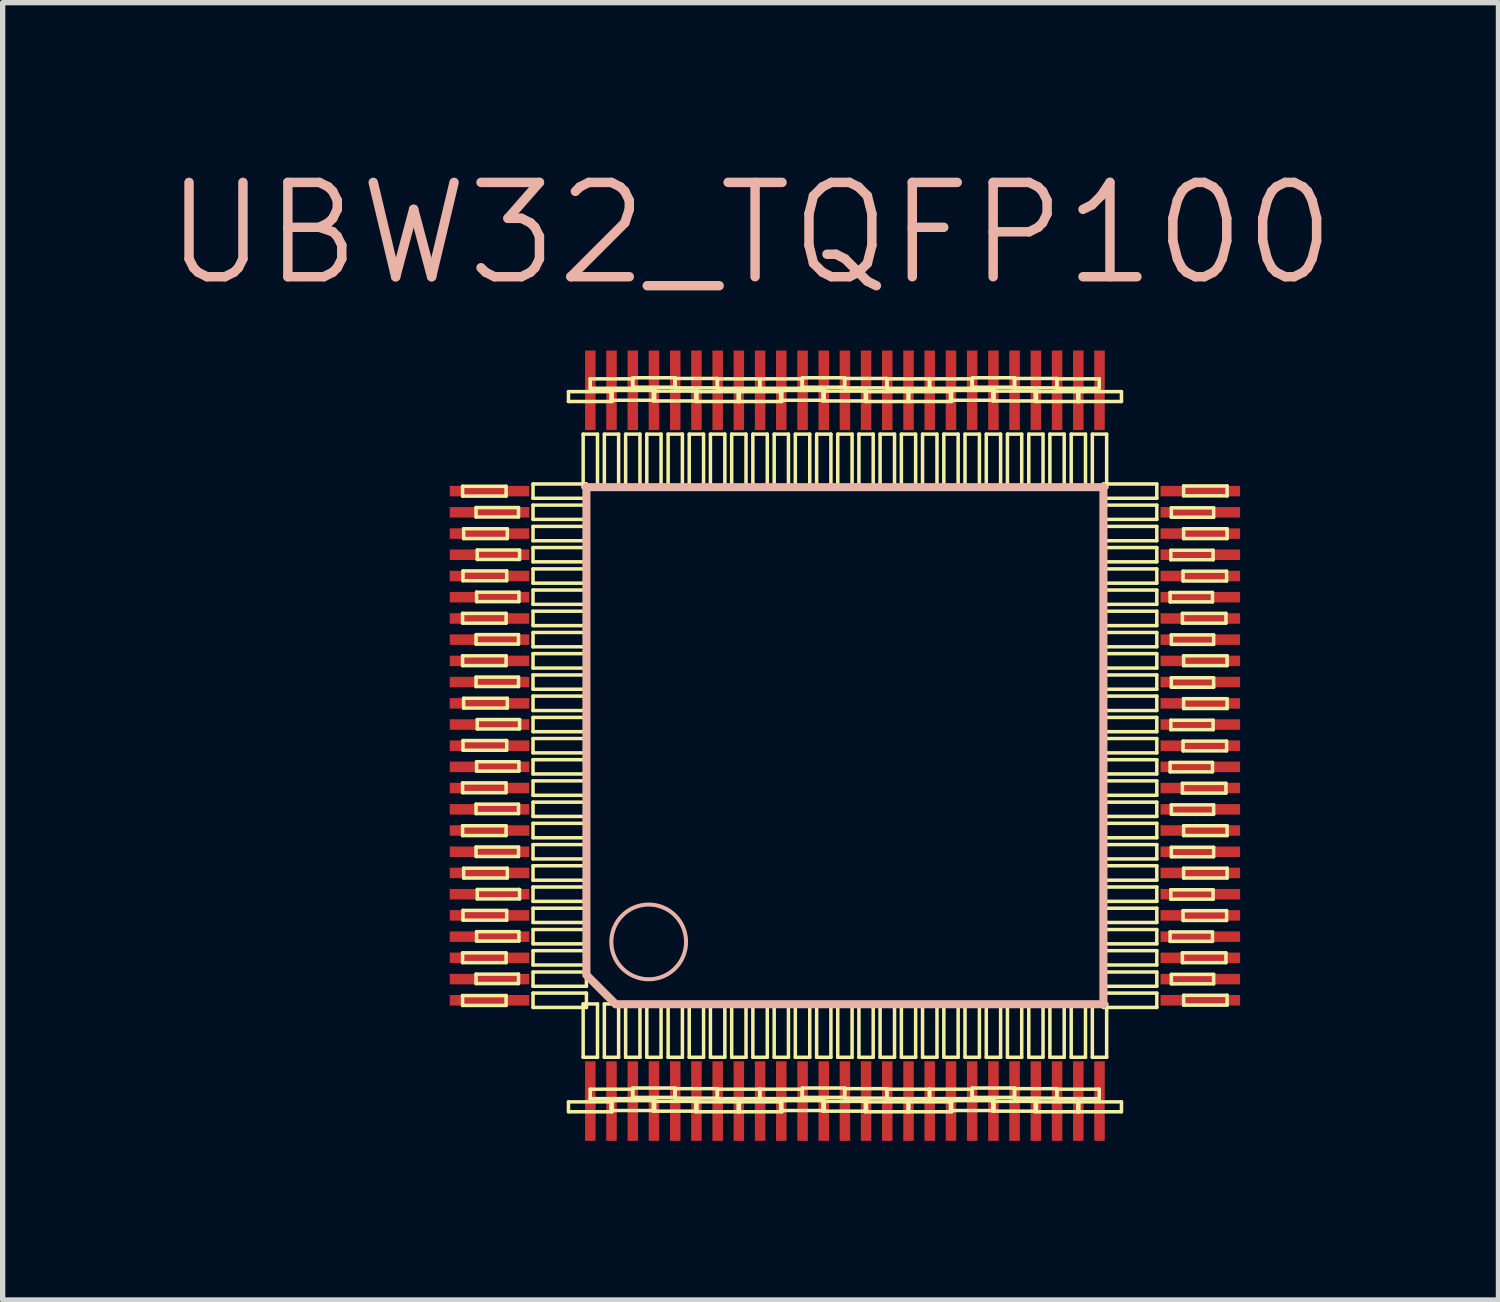
<source format=kicad_pcb>
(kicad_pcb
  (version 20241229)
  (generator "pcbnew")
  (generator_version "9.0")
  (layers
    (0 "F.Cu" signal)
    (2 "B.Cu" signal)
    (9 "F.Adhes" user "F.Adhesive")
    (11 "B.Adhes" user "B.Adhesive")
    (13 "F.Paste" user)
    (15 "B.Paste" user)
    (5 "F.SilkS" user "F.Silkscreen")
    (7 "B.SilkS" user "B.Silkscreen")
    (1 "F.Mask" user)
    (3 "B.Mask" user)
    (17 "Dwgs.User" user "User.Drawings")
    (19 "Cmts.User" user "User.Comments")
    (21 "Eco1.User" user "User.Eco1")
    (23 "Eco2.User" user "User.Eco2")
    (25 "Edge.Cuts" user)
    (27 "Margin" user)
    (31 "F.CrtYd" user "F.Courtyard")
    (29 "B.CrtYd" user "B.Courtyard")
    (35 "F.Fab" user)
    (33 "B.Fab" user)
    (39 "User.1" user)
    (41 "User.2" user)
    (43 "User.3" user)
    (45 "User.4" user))
  (footprint "UBW32_TQFP100"
    (layer "F.Cu")
    (at 12.874 11.004)
    (property "Reference" "UBW32_TQFP100" (at -1.778 -9.652 0) (layer "B.SilkS") (effects (font (size 1.778 1.778) (thickness 0.178))))
    (attr smd)
    (fp_line (start -7.206 -4.889) (end -6.386 -4.889) (stroke (width 0.066) (type solid)) (layer "F.SilkS"))
    (fp_line (start -7.206 -4.704) (end -7.206 -4.889) (stroke (width 0.066) (type solid)) (layer "F.SilkS"))
    (fp_line (start -7.206 -4.704) (end -6.386 -4.704) (stroke (width 0.066) (type solid)) (layer "F.SilkS"))
    (fp_line (start -7.206 -2.494) (end -6.386 -2.494) (stroke (width 0.066) (type solid)) (layer "F.SilkS"))
    (fp_line (start -7.206 -2.309) (end -7.206 -2.494) (stroke (width 0.066) (type solid)) (layer "F.SilkS"))
    (fp_line (start -7.206 -2.309) (end -6.386 -2.309) (stroke (width 0.066) (type solid)) (layer "F.SilkS"))
    (fp_line (start -7.206 -1.694) (end -6.386 -1.694) (stroke (width 0.066) (type solid)) (layer "F.SilkS"))
    (fp_line (start -7.206 -1.509) (end -7.206 -1.694) (stroke (width 0.066) (type solid)) (layer "F.SilkS"))
    (fp_line (start -7.206 -1.509) (end -6.386 -1.509) (stroke (width 0.066) (type solid)) (layer "F.SilkS"))
    (fp_line (start -7.206 0.701) (end -6.386 0.701) (stroke (width 0.066) (type solid)) (layer "F.SilkS"))
    (fp_line (start -7.206 0.886) (end -7.206 0.701) (stroke (width 0.066) (type solid)) (layer "F.SilkS"))
    (fp_line (start -7.206 0.886) (end -6.386 0.886) (stroke (width 0.066) (type solid)) (layer "F.SilkS"))
    (fp_line (start -7.206 1.509) (end -6.386 1.509) (stroke (width 0.066) (type solid)) (layer "F.SilkS"))
    (fp_line (start -7.206 1.694) (end -7.206 1.509) (stroke (width 0.066) (type solid)) (layer "F.SilkS"))
    (fp_line (start -7.206 1.694) (end -6.386 1.694) (stroke (width 0.066) (type solid)) (layer "F.SilkS"))
    (fp_line (start -7.206 3.904) (end -6.386 3.904) (stroke (width 0.066) (type solid)) (layer "F.SilkS"))
    (fp_line (start -7.206 4.089) (end -7.206 3.904) (stroke (width 0.066) (type solid)) (layer "F.SilkS"))
    (fp_line (start -7.206 4.089) (end -6.386 4.089) (stroke (width 0.066) (type solid)) (layer "F.SilkS"))
    (fp_line (start -7.206 4.709) (end -6.386 4.709) (stroke (width 0.066) (type solid)) (layer "F.SilkS"))
    (fp_line (start -7.206 4.895) (end -7.206 4.709) (stroke (width 0.066) (type solid)) (layer "F.SilkS"))
    (fp_line (start -7.206 4.895) (end -6.386 4.895) (stroke (width 0.066) (type solid)) (layer "F.SilkS"))
    (fp_line (start -7.198 -3.294) (end -6.375 -3.294) (stroke (width 0.066) (type solid)) (layer "F.SilkS"))
    (fp_line (start -7.198 -3.109) (end -7.198 -3.294) (stroke (width 0.066) (type solid)) (layer "F.SilkS"))
    (fp_line (start -7.198 -3.109) (end -6.375 -3.109) (stroke (width 0.066) (type solid)) (layer "F.SilkS"))
    (fp_line (start -7.198 -0.097) (end -6.375 -0.097) (stroke (width 0.066) (type solid)) (layer "F.SilkS"))
    (fp_line (start -7.198 0.086) (end -7.198 -0.097) (stroke (width 0.066) (type solid)) (layer "F.SilkS"))
    (fp_line (start -7.198 0.086) (end -6.375 0.086) (stroke (width 0.066) (type solid)) (layer "F.SilkS"))
    (fp_line (start -7.198 3.104) (end -6.375 3.104) (stroke (width 0.066) (type solid)) (layer "F.SilkS"))
    (fp_line (start -7.198 3.289) (end -7.198 3.104) (stroke (width 0.066) (type solid)) (layer "F.SilkS"))
    (fp_line (start -7.198 3.289) (end -6.375 3.289) (stroke (width 0.066) (type solid)) (layer "F.SilkS"))
    (fp_line (start -7.186 -4.089) (end -6.363 -4.089) (stroke (width 0.066) (type solid)) (layer "F.SilkS"))
    (fp_line (start -7.186 -3.904) (end -7.186 -4.089) (stroke (width 0.066) (type solid)) (layer "F.SilkS"))
    (fp_line (start -7.186 -3.904) (end -6.363 -3.904) (stroke (width 0.066) (type solid)) (layer "F.SilkS"))
    (fp_line (start -7.186 -0.894) (end -6.363 -0.894) (stroke (width 0.066) (type solid)) (layer "F.SilkS"))
    (fp_line (start -7.186 -0.709) (end -7.186 -0.894) (stroke (width 0.066) (type solid)) (layer "F.SilkS"))
    (fp_line (start -7.186 -0.709) (end -6.363 -0.709) (stroke (width 0.066) (type solid)) (layer "F.SilkS"))
    (fp_line (start -7.186 2.309) (end -6.363 2.309) (stroke (width 0.066) (type solid)) (layer "F.SilkS"))
    (fp_line (start -7.186 2.494) (end -7.186 2.309) (stroke (width 0.066) (type solid)) (layer "F.SilkS"))
    (fp_line (start -7.186 2.494) (end -6.363 2.494) (stroke (width 0.066) (type solid)) (layer "F.SilkS"))
    (fp_line (start -6.952 -4.488) (end -6.152 -4.488) (stroke (width 0.066) (type solid)) (layer "F.SilkS"))
    (fp_line (start -6.952 -4.31) (end -6.952 -4.488) (stroke (width 0.066) (type solid)) (layer "F.SilkS"))
    (fp_line (start -6.952 -4.31) (end -6.152 -4.31) (stroke (width 0.066) (type solid)) (layer "F.SilkS"))
    (fp_line (start -6.952 -2.093) (end -6.152 -2.093) (stroke (width 0.066) (type solid)) (layer "F.SilkS"))
    (fp_line (start -6.952 -1.915) (end -6.952 -2.093) (stroke (width 0.066) (type solid)) (layer "F.SilkS"))
    (fp_line (start -6.952 -1.915) (end -6.152 -1.915) (stroke (width 0.066) (type solid)) (layer "F.SilkS"))
    (fp_line (start -6.952 -1.293) (end -6.152 -1.293) (stroke (width 0.066) (type solid)) (layer "F.SilkS"))
    (fp_line (start -6.952 -1.115) (end -6.952 -1.293) (stroke (width 0.066) (type solid)) (layer "F.SilkS"))
    (fp_line (start -6.952 -1.115) (end -6.152 -1.115) (stroke (width 0.066) (type solid)) (layer "F.SilkS"))
    (fp_line (start -6.952 1.102) (end -6.152 1.102) (stroke (width 0.066) (type solid)) (layer "F.SilkS"))
    (fp_line (start -6.952 1.28) (end -6.952 1.102) (stroke (width 0.066) (type solid)) (layer "F.SilkS"))
    (fp_line (start -6.952 1.28) (end -6.152 1.28) (stroke (width 0.066) (type solid)) (layer "F.SilkS"))
    (fp_line (start -6.952 1.91) (end -6.152 1.91) (stroke (width 0.066) (type solid)) (layer "F.SilkS"))
    (fp_line (start -6.952 2.088) (end -6.952 1.91) (stroke (width 0.066) (type solid)) (layer "F.SilkS"))
    (fp_line (start -6.952 2.088) (end -6.152 2.088) (stroke (width 0.066) (type solid)) (layer "F.SilkS"))
    (fp_line (start -6.952 4.305) (end -6.152 4.305) (stroke (width 0.066) (type solid)) (layer "F.SilkS"))
    (fp_line (start -6.952 4.483) (end -6.952 4.305) (stroke (width 0.066) (type solid)) (layer "F.SilkS"))
    (fp_line (start -6.952 4.483) (end -6.152 4.483) (stroke (width 0.066) (type solid)) (layer "F.SilkS"))
    (fp_line (start -6.942 -2.893) (end -6.144 -2.893) (stroke (width 0.066) (type solid)) (layer "F.SilkS"))
    (fp_line (start -6.942 -2.715) (end -6.942 -2.893) (stroke (width 0.066) (type solid)) (layer "F.SilkS"))
    (fp_line (start -6.942 -2.715) (end -6.144 -2.715) (stroke (width 0.066) (type solid)) (layer "F.SilkS"))
    (fp_line (start -6.942 0.302) (end -6.144 0.302) (stroke (width 0.066) (type solid)) (layer "F.SilkS"))
    (fp_line (start -6.942 0.48) (end -6.942 0.302) (stroke (width 0.066) (type solid)) (layer "F.SilkS"))
    (fp_line (start -6.942 0.48) (end -6.144 0.48) (stroke (width 0.066) (type solid)) (layer "F.SilkS"))
    (fp_line (start -6.942 3.505) (end -6.144 3.505) (stroke (width 0.066) (type solid)) (layer "F.SilkS"))
    (fp_line (start -6.942 3.683) (end -6.942 3.505) (stroke (width 0.066) (type solid)) (layer "F.SilkS"))
    (fp_line (start -6.942 3.683) (end -6.144 3.683) (stroke (width 0.066) (type solid)) (layer "F.SilkS"))
    (fp_line (start -6.929 -3.688) (end -6.132 -3.688) (stroke (width 0.066) (type solid)) (layer "F.SilkS"))
    (fp_line (start -6.929 -3.51) (end -6.929 -3.688) (stroke (width 0.066) (type solid)) (layer "F.SilkS"))
    (fp_line (start -6.929 -3.51) (end -6.132 -3.51) (stroke (width 0.066) (type solid)) (layer "F.SilkS"))
    (fp_line (start -6.929 -0.493) (end -6.132 -0.493) (stroke (width 0.066) (type solid)) (layer "F.SilkS"))
    (fp_line (start -6.929 -0.315) (end -6.929 -0.493) (stroke (width 0.066) (type solid)) (layer "F.SilkS"))
    (fp_line (start -6.929 -0.315) (end -6.132 -0.315) (stroke (width 0.066) (type solid)) (layer "F.SilkS"))
    (fp_line (start -6.929 2.71) (end -6.132 2.71) (stroke (width 0.066) (type solid)) (layer "F.SilkS"))
    (fp_line (start -6.929 2.888) (end -6.929 2.71) (stroke (width 0.066) (type solid)) (layer "F.SilkS"))
    (fp_line (start -6.929 2.888) (end -6.132 2.888) (stroke (width 0.066) (type solid)) (layer "F.SilkS"))
    (fp_line (start -6.386 -4.704) (end -6.386 -4.889) (stroke (width 0.066) (type solid)) (layer "F.SilkS"))
    (fp_line (start -6.386 -2.309) (end -6.386 -2.494) (stroke (width 0.066) (type solid)) (layer "F.SilkS"))
    (fp_line (start -6.386 -1.509) (end -6.386 -1.694) (stroke (width 0.066) (type solid)) (layer "F.SilkS"))
    (fp_line (start -6.386 0.886) (end -6.386 0.701) (stroke (width 0.066) (type solid)) (layer "F.SilkS"))
    (fp_line (start -6.386 1.694) (end -6.386 1.509) (stroke (width 0.066) (type solid)) (layer "F.SilkS"))
    (fp_line (start -6.386 4.089) (end -6.386 3.904) (stroke (width 0.066) (type solid)) (layer "F.SilkS"))
    (fp_line (start -6.386 4.895) (end -6.386 4.709) (stroke (width 0.066) (type solid)) (layer "F.SilkS"))
    (fp_line (start -6.375 -3.109) (end -6.375 -3.294) (stroke (width 0.066) (type solid)) (layer "F.SilkS"))
    (fp_line (start -6.375 0.086) (end -6.375 -0.097) (stroke (width 0.066) (type solid)) (layer "F.SilkS"))
    (fp_line (start -6.375 3.289) (end -6.375 3.104) (stroke (width 0.066) (type solid)) (layer "F.SilkS"))
    (fp_line (start -6.363 -3.904) (end -6.363 -4.089) (stroke (width 0.066) (type solid)) (layer "F.SilkS"))
    (fp_line (start -6.363 -0.709) (end -6.363 -0.894) (stroke (width 0.066) (type solid)) (layer "F.SilkS"))
    (fp_line (start -6.363 2.494) (end -6.363 2.309) (stroke (width 0.066) (type solid)) (layer "F.SilkS"))
    (fp_line (start -6.152 -4.31) (end -6.152 -4.488) (stroke (width 0.066) (type solid)) (layer "F.SilkS"))
    (fp_line (start -6.152 -1.915) (end -6.152 -2.093) (stroke (width 0.066) (type solid)) (layer "F.SilkS"))
    (fp_line (start -6.152 -1.115) (end -6.152 -1.293) (stroke (width 0.066) (type solid)) (layer "F.SilkS"))
    (fp_line (start -6.152 1.28) (end -6.152 1.102) (stroke (width 0.066) (type solid)) (layer "F.SilkS"))
    (fp_line (start -6.152 2.088) (end -6.152 1.91) (stroke (width 0.066) (type solid)) (layer "F.SilkS"))
    (fp_line (start -6.152 4.483) (end -6.152 4.305) (stroke (width 0.066) (type solid)) (layer "F.SilkS"))
    (fp_line (start -6.144 -2.715) (end -6.144 -2.893) (stroke (width 0.066) (type solid)) (layer "F.SilkS"))
    (fp_line (start -6.144 0.48) (end -6.144 0.302) (stroke (width 0.066) (type solid)) (layer "F.SilkS"))
    (fp_line (start -6.144 3.683) (end -6.144 3.505) (stroke (width 0.066) (type solid)) (layer "F.SilkS"))
    (fp_line (start -6.132 -3.51) (end -6.132 -3.688) (stroke (width 0.066) (type solid)) (layer "F.SilkS"))
    (fp_line (start -6.132 -0.315) (end -6.132 -0.493) (stroke (width 0.066) (type solid)) (layer "F.SilkS"))
    (fp_line (start -6.132 2.888) (end -6.132 2.71) (stroke (width 0.066) (type solid)) (layer "F.SilkS"))
    (fp_line (start -5.878 -4.933) (end -4.872 -4.933) (stroke (width 0.066) (type solid)) (layer "F.SilkS"))
    (fp_line (start -5.878 -4.663) (end -5.878 -4.933) (stroke (width 0.066) (type solid)) (layer "F.SilkS"))
    (fp_line (start -5.878 -4.663) (end -4.872 -4.663) (stroke (width 0.066) (type solid)) (layer "F.SilkS"))
    (fp_line (start -5.878 -4.534) (end -4.872 -4.534) (stroke (width 0.066) (type solid)) (layer "F.SilkS"))
    (fp_line (start -5.878 -4.265) (end -5.878 -4.534) (stroke (width 0.066) (type solid)) (layer "F.SilkS"))
    (fp_line (start -5.878 -4.265) (end -4.872 -4.265) (stroke (width 0.066) (type solid)) (layer "F.SilkS"))
    (fp_line (start -5.878 -4.133) (end -4.872 -4.133) (stroke (width 0.066) (type solid)) (layer "F.SilkS"))
    (fp_line (start -5.878 -3.863) (end -5.878 -4.133) (stroke (width 0.066) (type solid)) (layer "F.SilkS"))
    (fp_line (start -5.878 -3.863) (end -4.872 -3.863) (stroke (width 0.066) (type solid)) (layer "F.SilkS"))
    (fp_line (start -5.878 -3.734) (end -4.872 -3.734) (stroke (width 0.066) (type solid)) (layer "F.SilkS"))
    (fp_line (start -5.878 -3.465) (end -5.878 -3.734) (stroke (width 0.066) (type solid)) (layer "F.SilkS"))
    (fp_line (start -5.878 -3.465) (end -4.872 -3.465) (stroke (width 0.066) (type solid)) (layer "F.SilkS"))
    (fp_line (start -5.878 -3.332) (end -4.872 -3.332) (stroke (width 0.066) (type solid)) (layer "F.SilkS"))
    (fp_line (start -5.878 -3.063) (end -5.878 -3.332) (stroke (width 0.066) (type solid)) (layer "F.SilkS"))
    (fp_line (start -5.878 -3.063) (end -4.872 -3.063) (stroke (width 0.066) (type solid)) (layer "F.SilkS"))
    (fp_line (start -5.878 -2.934) (end -4.872 -2.934) (stroke (width 0.066) (type solid)) (layer "F.SilkS"))
    (fp_line (start -5.878 -2.664) (end -5.878 -2.934) (stroke (width 0.066) (type solid)) (layer "F.SilkS"))
    (fp_line (start -5.878 -2.664) (end -4.872 -2.664) (stroke (width 0.066) (type solid)) (layer "F.SilkS"))
    (fp_line (start -5.878 -2.535) (end -4.872 -2.535) (stroke (width 0.066) (type solid)) (layer "F.SilkS"))
    (fp_line (start -5.878 -2.263) (end -5.878 -2.535) (stroke (width 0.066) (type solid)) (layer "F.SilkS"))
    (fp_line (start -5.878 -2.263) (end -4.872 -2.263) (stroke (width 0.066) (type solid)) (layer "F.SilkS"))
    (fp_line (start -5.878 -2.134) (end -4.872 -2.134) (stroke (width 0.066) (type solid)) (layer "F.SilkS"))
    (fp_line (start -5.878 -1.864) (end -5.878 -2.134) (stroke (width 0.066) (type solid)) (layer "F.SilkS"))
    (fp_line (start -5.878 -1.864) (end -4.872 -1.864) (stroke (width 0.066) (type solid)) (layer "F.SilkS"))
    (fp_line (start -5.878 -1.735) (end -4.872 -1.735) (stroke (width 0.066) (type solid)) (layer "F.SilkS"))
    (fp_line (start -5.878 -1.463) (end -5.878 -1.735) (stroke (width 0.066) (type solid)) (layer "F.SilkS"))
    (fp_line (start -5.878 -1.463) (end -4.872 -1.463) (stroke (width 0.066) (type solid)) (layer "F.SilkS"))
    (fp_line (start -5.878 -1.333) (end -4.872 -1.333) (stroke (width 0.066) (type solid)) (layer "F.SilkS"))
    (fp_line (start -5.878 -1.064) (end -5.878 -1.333) (stroke (width 0.066) (type solid)) (layer "F.SilkS"))
    (fp_line (start -5.878 -1.064) (end -4.872 -1.064) (stroke (width 0.066) (type solid)) (layer "F.SilkS"))
    (fp_line (start -5.878 -0.935) (end -4.872 -0.935) (stroke (width 0.066) (type solid)) (layer "F.SilkS"))
    (fp_line (start -5.878 -0.663) (end -5.878 -0.935) (stroke (width 0.066) (type solid)) (layer "F.SilkS"))
    (fp_line (start -5.878 -0.663) (end -4.872 -0.663) (stroke (width 0.066) (type solid)) (layer "F.SilkS"))
    (fp_line (start -5.878 -0.533) (end -4.872 -0.533) (stroke (width 0.066) (type solid)) (layer "F.SilkS"))
    (fp_line (start -5.878 -0.264) (end -5.878 -0.533) (stroke (width 0.066) (type solid)) (layer "F.SilkS"))
    (fp_line (start -5.878 -0.264) (end -4.872 -0.264) (stroke (width 0.066) (type solid)) (layer "F.SilkS"))
    (fp_line (start -5.878 -0.135) (end -4.872 -0.135) (stroke (width 0.066) (type solid)) (layer "F.SilkS"))
    (fp_line (start -5.878 0.135) (end -5.878 -0.135) (stroke (width 0.066) (type solid)) (layer "F.SilkS"))
    (fp_line (start -5.878 0.135) (end -4.872 0.135) (stroke (width 0.066) (type solid)) (layer "F.SilkS"))
    (fp_line (start -5.878 0.264) (end -4.872 0.264) (stroke (width 0.066) (type solid)) (layer "F.SilkS"))
    (fp_line (start -5.878 0.533) (end -5.878 0.264) (stroke (width 0.066) (type solid)) (layer "F.SilkS"))
    (fp_line (start -5.878 0.533) (end -4.872 0.533) (stroke (width 0.066) (type solid)) (layer "F.SilkS"))
    (fp_line (start -5.878 0.663) (end -4.872 0.663) (stroke (width 0.066) (type solid)) (layer "F.SilkS"))
    (fp_line (start -5.878 0.935) (end -5.878 0.663) (stroke (width 0.066) (type solid)) (layer "F.SilkS"))
    (fp_line (start -5.878 0.935) (end -4.872 0.935) (stroke (width 0.066) (type solid)) (layer "F.SilkS"))
    (fp_line (start -5.878 1.064) (end -4.872 1.064) (stroke (width 0.066) (type solid)) (layer "F.SilkS"))
    (fp_line (start -5.878 1.333) (end -5.878 1.064) (stroke (width 0.066) (type solid)) (layer "F.SilkS"))
    (fp_line (start -5.878 1.333) (end -4.872 1.333) (stroke (width 0.066) (type solid)) (layer "F.SilkS"))
    (fp_line (start -5.878 1.463) (end -4.872 1.463) (stroke (width 0.066) (type solid)) (layer "F.SilkS"))
    (fp_line (start -5.878 1.735) (end -5.878 1.463) (stroke (width 0.066) (type solid)) (layer "F.SilkS"))
    (fp_line (start -5.878 1.735) (end -4.872 1.735) (stroke (width 0.066) (type solid)) (layer "F.SilkS"))
    (fp_line (start -5.878 1.864) (end -4.872 1.864) (stroke (width 0.066) (type solid)) (layer "F.SilkS"))
    (fp_line (start -5.878 2.134) (end -5.878 1.864) (stroke (width 0.066) (type solid)) (layer "F.SilkS"))
    (fp_line (start -5.878 2.134) (end -4.872 2.134) (stroke (width 0.066) (type solid)) (layer "F.SilkS"))
    (fp_line (start -5.878 2.263) (end -4.872 2.263) (stroke (width 0.066) (type solid)) (layer "F.SilkS"))
    (fp_line (start -5.878 2.535) (end -5.878 2.263) (stroke (width 0.066) (type solid)) (layer "F.SilkS"))
    (fp_line (start -5.878 2.535) (end -4.872 2.535) (stroke (width 0.066) (type solid)) (layer "F.SilkS"))
    (fp_line (start -5.878 2.664) (end -4.872 2.664) (stroke (width 0.066) (type solid)) (layer "F.SilkS"))
    (fp_line (start -5.878 2.934) (end -5.878 2.664) (stroke (width 0.066) (type solid)) (layer "F.SilkS"))
    (fp_line (start -5.878 2.934) (end -4.872 2.934) (stroke (width 0.066) (type solid)) (layer "F.SilkS"))
    (fp_line (start -5.878 3.063) (end -4.872 3.063) (stroke (width 0.066) (type solid)) (layer "F.SilkS"))
    (fp_line (start -5.878 3.332) (end -5.878 3.063) (stroke (width 0.066) (type solid)) (layer "F.SilkS"))
    (fp_line (start -5.878 3.332) (end -4.872 3.332) (stroke (width 0.066) (type solid)) (layer "F.SilkS"))
    (fp_line (start -5.878 3.465) (end -4.872 3.465) (stroke (width 0.066) (type solid)) (layer "F.SilkS"))
    (fp_line (start -5.878 3.734) (end -5.878 3.465) (stroke (width 0.066) (type solid)) (layer "F.SilkS"))
    (fp_line (start -5.878 3.734) (end -4.872 3.734) (stroke (width 0.066) (type solid)) (layer "F.SilkS"))
    (fp_line (start -5.878 3.863) (end -4.872 3.863) (stroke (width 0.066) (type solid)) (layer "F.SilkS"))
    (fp_line (start -5.878 4.133) (end -5.878 3.863) (stroke (width 0.066) (type solid)) (layer "F.SilkS"))
    (fp_line (start -5.878 4.133) (end -4.872 4.133) (stroke (width 0.066) (type solid)) (layer "F.SilkS"))
    (fp_line (start -5.878 4.265) (end -4.872 4.265) (stroke (width 0.066) (type solid)) (layer "F.SilkS"))
    (fp_line (start -5.878 4.534) (end -5.878 4.265) (stroke (width 0.066) (type solid)) (layer "F.SilkS"))
    (fp_line (start -5.878 4.534) (end -4.872 4.534) (stroke (width 0.066) (type solid)) (layer "F.SilkS"))
    (fp_line (start -5.878 4.663) (end -4.872 4.663) (stroke (width 0.066) (type solid)) (layer "F.SilkS"))
    (fp_line (start -5.878 4.933) (end -5.878 4.663) (stroke (width 0.066) (type solid)) (layer "F.SilkS"))
    (fp_line (start -5.878 4.933) (end -4.872 4.933) (stroke (width 0.066) (type solid)) (layer "F.SilkS"))
    (fp_line (start -5.21 -6.673) (end -4.387 -6.673) (stroke (width 0.066) (type solid)) (layer "F.SilkS"))
    (fp_line (start -5.21 -6.487) (end -5.21 -6.673) (stroke (width 0.066) (type solid)) (layer "F.SilkS"))
    (fp_line (start -5.21 -6.487) (end -4.387 -6.487) (stroke (width 0.066) (type solid)) (layer "F.SilkS"))
    (fp_line (start -5.21 6.713) (end -4.387 6.713) (stroke (width 0.066) (type solid)) (layer "F.SilkS"))
    (fp_line (start -5.21 6.899) (end -5.21 6.713) (stroke (width 0.066) (type solid)) (layer "F.SilkS"))
    (fp_line (start -5.21 6.899) (end -4.387 6.899) (stroke (width 0.066) (type solid)) (layer "F.SilkS"))
    (fp_line (start -4.933 -5.872) (end -4.663 -5.872) (stroke (width 0.066) (type solid)) (layer "F.SilkS"))
    (fp_line (start -4.933 -4.867) (end -4.933 -5.872) (stroke (width 0.066) (type solid)) (layer "F.SilkS"))
    (fp_line (start -4.933 -4.867) (end -4.663 -4.867) (stroke (width 0.066) (type solid)) (layer "F.SilkS"))
    (fp_line (start -4.933 4.867) (end -4.663 4.867) (stroke (width 0.066) (type solid)) (layer "F.SilkS"))
    (fp_line (start -4.933 5.872) (end -4.933 4.867) (stroke (width 0.066) (type solid)) (layer "F.SilkS"))
    (fp_line (start -4.933 5.872) (end -4.663 5.872) (stroke (width 0.066) (type solid)) (layer "F.SilkS"))
    (fp_line (start -4.872 -4.663) (end -4.872 -4.933) (stroke (width 0.066) (type solid)) (layer "F.SilkS"))
    (fp_line (start -4.872 -4.265) (end -4.872 -4.534) (stroke (width 0.066) (type solid)) (layer "F.SilkS"))
    (fp_line (start -4.872 -3.863) (end -4.872 -4.133) (stroke (width 0.066) (type solid)) (layer "F.SilkS"))
    (fp_line (start -4.872 -3.465) (end -4.872 -3.734) (stroke (width 0.066) (type solid)) (layer "F.SilkS"))
    (fp_line (start -4.872 -3.063) (end -4.872 -3.332) (stroke (width 0.066) (type solid)) (layer "F.SilkS"))
    (fp_line (start -4.872 -2.664) (end -4.872 -2.934) (stroke (width 0.066) (type solid)) (layer "F.SilkS"))
    (fp_line (start -4.872 -2.263) (end -4.872 -2.535) (stroke (width 0.066) (type solid)) (layer "F.SilkS"))
    (fp_line (start -4.872 -1.864) (end -4.872 -2.134) (stroke (width 0.066) (type solid)) (layer "F.SilkS"))
    (fp_line (start -4.872 -1.463) (end -4.872 -1.735) (stroke (width 0.066) (type solid)) (layer "F.SilkS"))
    (fp_line (start -4.872 -1.064) (end -4.872 -1.333) (stroke (width 0.066) (type solid)) (layer "F.SilkS"))
    (fp_line (start -4.872 -0.663) (end -4.872 -0.935) (stroke (width 0.066) (type solid)) (layer "F.SilkS"))
    (fp_line (start -4.872 -0.264) (end -4.872 -0.533) (stroke (width 0.066) (type solid)) (layer "F.SilkS"))
    (fp_line (start -4.872 0.135) (end -4.872 -0.135) (stroke (width 0.066) (type solid)) (layer "F.SilkS"))
    (fp_line (start -4.872 0.533) (end -4.872 0.264) (stroke (width 0.066) (type solid)) (layer "F.SilkS"))
    (fp_line (start -4.872 0.935) (end -4.872 0.663) (stroke (width 0.066) (type solid)) (layer "F.SilkS"))
    (fp_line (start -4.872 1.333) (end -4.872 1.064) (stroke (width 0.066) (type solid)) (layer "F.SilkS"))
    (fp_line (start -4.872 1.735) (end -4.872 1.463) (stroke (width 0.066) (type solid)) (layer "F.SilkS"))
    (fp_line (start -4.872 2.134) (end -4.872 1.864) (stroke (width 0.066) (type solid)) (layer "F.SilkS"))
    (fp_line (start -4.872 2.535) (end -4.872 2.263) (stroke (width 0.066) (type solid)) (layer "F.SilkS"))
    (fp_line (start -4.872 2.934) (end -4.872 2.664) (stroke (width 0.066) (type solid)) (layer "F.SilkS"))
    (fp_line (start -4.872 3.332) (end -4.872 3.063) (stroke (width 0.066) (type solid)) (layer "F.SilkS"))
    (fp_line (start -4.872 3.734) (end -4.872 3.465) (stroke (width 0.066) (type solid)) (layer "F.SilkS"))
    (fp_line (start -4.872 4.133) (end -4.872 3.863) (stroke (width 0.066) (type solid)) (layer "F.SilkS"))
    (fp_line (start -4.872 4.534) (end -4.872 4.265) (stroke (width 0.066) (type solid)) (layer "F.SilkS"))
    (fp_line (start -4.872 4.933) (end -4.872 4.663) (stroke (width 0.066) (type solid)) (layer "F.SilkS"))
    (fp_line (start -4.801 -6.914) (end -4 -6.914) (stroke (width 0.066) (type solid)) (layer "F.SilkS"))
    (fp_line (start -4.801 -6.736) (end -4.801 -6.914) (stroke (width 0.066) (type solid)) (layer "F.SilkS"))
    (fp_line (start -4.801 -6.736) (end -4 -6.736) (stroke (width 0.066) (type solid)) (layer "F.SilkS"))
    (fp_line (start -4.801 6.474) (end -4 6.474) (stroke (width 0.066) (type solid)) (layer "F.SilkS"))
    (fp_line (start -4.801 6.652) (end -4.801 6.474) (stroke (width 0.066) (type solid)) (layer "F.SilkS"))
    (fp_line (start -4.801 6.652) (end -4 6.652) (stroke (width 0.066) (type solid)) (layer "F.SilkS"))
    (fp_line (start -4.663 -4.867) (end -4.663 -5.872) (stroke (width 0.066) (type solid)) (layer "F.SilkS"))
    (fp_line (start -4.663 5.872) (end -4.663 4.867) (stroke (width 0.066) (type solid)) (layer "F.SilkS"))
    (fp_line (start -4.534 -5.872) (end -4.265 -5.872) (stroke (width 0.066) (type solid)) (layer "F.SilkS"))
    (fp_line (start -4.534 -4.867) (end -4.534 -5.872) (stroke (width 0.066) (type solid)) (layer "F.SilkS"))
    (fp_line (start -4.534 -4.867) (end -4.265 -4.867) (stroke (width 0.066) (type solid)) (layer "F.SilkS"))
    (fp_line (start -4.534 4.867) (end -4.265 4.867) (stroke (width 0.066) (type solid)) (layer "F.SilkS"))
    (fp_line (start -4.534 5.872) (end -4.534 4.867) (stroke (width 0.066) (type solid)) (layer "F.SilkS"))
    (fp_line (start -4.534 5.872) (end -4.265 5.872) (stroke (width 0.066) (type solid)) (layer "F.SilkS"))
    (fp_line (start -4.409 -6.695) (end -3.586 -6.695) (stroke (width 0.066) (type solid)) (layer "F.SilkS"))
    (fp_line (start -4.409 -6.51) (end -4.409 -6.695) (stroke (width 0.066) (type solid)) (layer "F.SilkS"))
    (fp_line (start -4.409 -6.51) (end -3.586 -6.51) (stroke (width 0.066) (type solid)) (layer "F.SilkS"))
    (fp_line (start -4.409 6.69) (end -3.586 6.69) (stroke (width 0.066) (type solid)) (layer "F.SilkS"))
    (fp_line (start -4.409 6.876) (end -4.409 6.69) (stroke (width 0.066) (type solid)) (layer "F.SilkS"))
    (fp_line (start -4.409 6.876) (end -3.586 6.876) (stroke (width 0.066) (type solid)) (layer "F.SilkS"))
    (fp_line (start -4.387 -6.487) (end -4.387 -6.673) (stroke (width 0.066) (type solid)) (layer "F.SilkS"))
    (fp_line (start -4.387 6.899) (end -4.387 6.713) (stroke (width 0.066) (type solid)) (layer "F.SilkS"))
    (fp_line (start -4.265 -4.867) (end -4.265 -5.872) (stroke (width 0.066) (type solid)) (layer "F.SilkS"))
    (fp_line (start -4.265 5.872) (end -4.265 4.867) (stroke (width 0.066) (type solid)) (layer "F.SilkS"))
    (fp_line (start -4.133 -5.872) (end -3.863 -5.872) (stroke (width 0.066) (type solid)) (layer "F.SilkS"))
    (fp_line (start -4.133 -4.867) (end -4.133 -5.872) (stroke (width 0.066) (type solid)) (layer "F.SilkS"))
    (fp_line (start -4.133 -4.867) (end -3.863 -4.867) (stroke (width 0.066) (type solid)) (layer "F.SilkS"))
    (fp_line (start -4.133 4.867) (end -3.863 4.867) (stroke (width 0.066) (type solid)) (layer "F.SilkS"))
    (fp_line (start -4.133 5.872) (end -4.133 4.867) (stroke (width 0.066) (type solid)) (layer "F.SilkS"))
    (fp_line (start -4.133 5.872) (end -3.863 5.872) (stroke (width 0.066) (type solid)) (layer "F.SilkS"))
    (fp_line (start -4 -6.934) (end -3.2 -6.934) (stroke (width 0.066) (type solid)) (layer "F.SilkS"))
    (fp_line (start -4 -6.756) (end -4 -6.934) (stroke (width 0.066) (type solid)) (layer "F.SilkS"))
    (fp_line (start -4 -6.756) (end -3.2 -6.756) (stroke (width 0.066) (type solid)) (layer "F.SilkS"))
    (fp_line (start -4 -6.736) (end -4 -6.914) (stroke (width 0.066) (type solid)) (layer "F.SilkS"))
    (fp_line (start -4 6.452) (end -3.2 6.452) (stroke (width 0.066) (type solid)) (layer "F.SilkS"))
    (fp_line (start -4 6.629) (end -4 6.452) (stroke (width 0.066) (type solid)) (layer "F.SilkS"))
    (fp_line (start -4 6.629) (end -3.2 6.629) (stroke (width 0.066) (type solid)) (layer "F.SilkS"))
    (fp_line (start -4 6.652) (end -4 6.474) (stroke (width 0.066) (type solid)) (layer "F.SilkS"))
    (fp_line (start -3.863 -4.867) (end -3.863 -5.872) (stroke (width 0.066) (type solid)) (layer "F.SilkS"))
    (fp_line (start -3.863 5.872) (end -3.863 4.867) (stroke (width 0.066) (type solid)) (layer "F.SilkS"))
    (fp_line (start -3.734 -5.872) (end -3.465 -5.872) (stroke (width 0.066) (type solid)) (layer "F.SilkS"))
    (fp_line (start -3.734 -4.867) (end -3.734 -5.872) (stroke (width 0.066) (type solid)) (layer "F.SilkS"))
    (fp_line (start -3.734 -4.867) (end -3.465 -4.867) (stroke (width 0.066) (type solid)) (layer "F.SilkS"))
    (fp_line (start -3.734 4.867) (end -3.465 4.867) (stroke (width 0.066) (type solid)) (layer "F.SilkS"))
    (fp_line (start -3.734 5.872) (end -3.734 4.867) (stroke (width 0.066) (type solid)) (layer "F.SilkS"))
    (fp_line (start -3.734 5.872) (end -3.465 5.872) (stroke (width 0.066) (type solid)) (layer "F.SilkS"))
    (fp_line (start -3.612 -6.683) (end -2.789 -6.683) (stroke (width 0.066) (type solid)) (layer "F.SilkS"))
    (fp_line (start -3.612 -6.497) (end -3.612 -6.683) (stroke (width 0.066) (type solid)) (layer "F.SilkS"))
    (fp_line (start -3.612 -6.497) (end -2.789 -6.497) (stroke (width 0.066) (type solid)) (layer "F.SilkS"))
    (fp_line (start -3.612 6.703) (end -2.789 6.703) (stroke (width 0.066) (type solid)) (layer "F.SilkS"))
    (fp_line (start -3.612 6.888) (end -3.612 6.703) (stroke (width 0.066) (type solid)) (layer "F.SilkS"))
    (fp_line (start -3.612 6.888) (end -2.789 6.888) (stroke (width 0.066) (type solid)) (layer "F.SilkS"))
    (fp_line (start -3.586 -6.51) (end -3.586 -6.695) (stroke (width 0.066) (type solid)) (layer "F.SilkS"))
    (fp_line (start -3.586 6.876) (end -3.586 6.69) (stroke (width 0.066) (type solid)) (layer "F.SilkS"))
    (fp_line (start -3.465 -4.867) (end -3.465 -5.872) (stroke (width 0.066) (type solid)) (layer "F.SilkS"))
    (fp_line (start -3.465 5.872) (end -3.465 4.867) (stroke (width 0.066) (type solid)) (layer "F.SilkS"))
    (fp_line (start -3.332 -5.872) (end -3.063 -5.872) (stroke (width 0.066) (type solid)) (layer "F.SilkS"))
    (fp_line (start -3.332 -4.867) (end -3.332 -5.872) (stroke (width 0.066) (type solid)) (layer "F.SilkS"))
    (fp_line (start -3.332 -4.867) (end -3.063 -4.867) (stroke (width 0.066) (type solid)) (layer "F.SilkS"))
    (fp_line (start -3.332 4.867) (end -3.063 4.867) (stroke (width 0.066) (type solid)) (layer "F.SilkS"))
    (fp_line (start -3.332 5.872) (end -3.332 4.867) (stroke (width 0.066) (type solid)) (layer "F.SilkS"))
    (fp_line (start -3.332 5.872) (end -3.063 5.872) (stroke (width 0.066) (type solid)) (layer "F.SilkS"))
    (fp_line (start -3.203 -6.921) (end -2.405 -6.921) (stroke (width 0.066) (type solid)) (layer "F.SilkS"))
    (fp_line (start -3.203 -6.744) (end -3.203 -6.921) (stroke (width 0.066) (type solid)) (layer "F.SilkS"))
    (fp_line (start -3.203 -6.744) (end -2.405 -6.744) (stroke (width 0.066) (type solid)) (layer "F.SilkS"))
    (fp_line (start -3.203 6.464) (end -2.405 6.464) (stroke (width 0.066) (type solid)) (layer "F.SilkS"))
    (fp_line (start -3.203 6.642) (end -3.203 6.464) (stroke (width 0.066) (type solid)) (layer "F.SilkS"))
    (fp_line (start -3.203 6.642) (end -2.405 6.642) (stroke (width 0.066) (type solid)) (layer "F.SilkS"))
    (fp_line (start -3.2 -6.756) (end -3.2 -6.934) (stroke (width 0.066) (type solid)) (layer "F.SilkS"))
    (fp_line (start -3.2 6.629) (end -3.2 6.452) (stroke (width 0.066) (type solid)) (layer "F.SilkS"))
    (fp_line (start -3.063 -4.867) (end -3.063 -5.872) (stroke (width 0.066) (type solid)) (layer "F.SilkS"))
    (fp_line (start -3.063 5.872) (end -3.063 4.867) (stroke (width 0.066) (type solid)) (layer "F.SilkS"))
    (fp_line (start -2.934 -5.872) (end -2.664 -5.872) (stroke (width 0.066) (type solid)) (layer "F.SilkS"))
    (fp_line (start -2.934 -4.867) (end -2.934 -5.872) (stroke (width 0.066) (type solid)) (layer "F.SilkS"))
    (fp_line (start -2.934 -4.867) (end -2.664 -4.867) (stroke (width 0.066) (type solid)) (layer "F.SilkS"))
    (fp_line (start -2.934 4.867) (end -2.664 4.867) (stroke (width 0.066) (type solid)) (layer "F.SilkS"))
    (fp_line (start -2.934 5.872) (end -2.934 4.867) (stroke (width 0.066) (type solid)) (layer "F.SilkS"))
    (fp_line (start -2.934 5.872) (end -2.664 5.872) (stroke (width 0.066) (type solid)) (layer "F.SilkS"))
    (fp_line (start -2.812 -6.673) (end -1.989 -6.673) (stroke (width 0.066) (type solid)) (layer "F.SilkS"))
    (fp_line (start -2.812 -6.487) (end -2.812 -6.673) (stroke (width 0.066) (type solid)) (layer "F.SilkS"))
    (fp_line (start -2.812 -6.487) (end -1.989 -6.487) (stroke (width 0.066) (type solid)) (layer "F.SilkS"))
    (fp_line (start -2.812 6.713) (end -1.989 6.713) (stroke (width 0.066) (type solid)) (layer "F.SilkS"))
    (fp_line (start -2.812 6.899) (end -2.812 6.713) (stroke (width 0.066) (type solid)) (layer "F.SilkS"))
    (fp_line (start -2.812 6.899) (end -1.989 6.899) (stroke (width 0.066) (type solid)) (layer "F.SilkS"))
    (fp_line (start -2.789 -6.497) (end -2.789 -6.683) (stroke (width 0.066) (type solid)) (layer "F.SilkS"))
    (fp_line (start -2.789 6.888) (end -2.789 6.703) (stroke (width 0.066) (type solid)) (layer "F.SilkS"))
    (fp_line (start -2.664 -4.867) (end -2.664 -5.872) (stroke (width 0.066) (type solid)) (layer "F.SilkS"))
    (fp_line (start -2.664 5.872) (end -2.664 4.867) (stroke (width 0.066) (type solid)) (layer "F.SilkS"))
    (fp_line (start -2.535 -5.872) (end -2.263 -5.872) (stroke (width 0.066) (type solid)) (layer "F.SilkS"))
    (fp_line (start -2.535 -4.867) (end -2.535 -5.872) (stroke (width 0.066) (type solid)) (layer "F.SilkS"))
    (fp_line (start -2.535 -4.867) (end -2.263 -4.867) (stroke (width 0.066) (type solid)) (layer "F.SilkS"))
    (fp_line (start -2.535 4.867) (end -2.263 4.867) (stroke (width 0.066) (type solid)) (layer "F.SilkS"))
    (fp_line (start -2.535 5.872) (end -2.535 4.867) (stroke (width 0.066) (type solid)) (layer "F.SilkS"))
    (fp_line (start -2.535 5.872) (end -2.263 5.872) (stroke (width 0.066) (type solid)) (layer "F.SilkS"))
    (fp_line (start -2.405 -6.744) (end -2.405 -6.921) (stroke (width 0.066) (type solid)) (layer "F.SilkS"))
    (fp_line (start -2.405 6.642) (end -2.405 6.464) (stroke (width 0.066) (type solid)) (layer "F.SilkS"))
    (fp_line (start -2.403 -6.914) (end -1.605 -6.914) (stroke (width 0.066) (type solid)) (layer "F.SilkS"))
    (fp_line (start -2.403 -6.736) (end -2.403 -6.914) (stroke (width 0.066) (type solid)) (layer "F.SilkS"))
    (fp_line (start -2.403 -6.736) (end -1.605 -6.736) (stroke (width 0.066) (type solid)) (layer "F.SilkS"))
    (fp_line (start -2.403 6.474) (end -1.605 6.474) (stroke (width 0.066) (type solid)) (layer "F.SilkS"))
    (fp_line (start -2.403 6.652) (end -2.403 6.474) (stroke (width 0.066) (type solid)) (layer "F.SilkS"))
    (fp_line (start -2.403 6.652) (end -1.605 6.652) (stroke (width 0.066) (type solid)) (layer "F.SilkS"))
    (fp_line (start -2.263 -4.867) (end -2.263 -5.872) (stroke (width 0.066) (type solid)) (layer "F.SilkS"))
    (fp_line (start -2.263 5.872) (end -2.263 4.867) (stroke (width 0.066) (type solid)) (layer "F.SilkS"))
    (fp_line (start -2.134 -5.872) (end -1.864 -5.872) (stroke (width 0.066) (type solid)) (layer "F.SilkS"))
    (fp_line (start -2.134 -4.867) (end -2.134 -5.872) (stroke (width 0.066) (type solid)) (layer "F.SilkS"))
    (fp_line (start -2.134 -4.867) (end -1.864 -4.867) (stroke (width 0.066) (type solid)) (layer "F.SilkS"))
    (fp_line (start -2.134 4.867) (end -1.864 4.867) (stroke (width 0.066) (type solid)) (layer "F.SilkS"))
    (fp_line (start -2.134 5.872) (end -2.134 4.867) (stroke (width 0.066) (type solid)) (layer "F.SilkS"))
    (fp_line (start -2.134 5.872) (end -1.864 5.872) (stroke (width 0.066) (type solid)) (layer "F.SilkS"))
    (fp_line (start -2.012 -6.673) (end -1.189 -6.673) (stroke (width 0.066) (type solid)) (layer "F.SilkS"))
    (fp_line (start -2.012 -6.487) (end -2.012 -6.673) (stroke (width 0.066) (type solid)) (layer "F.SilkS"))
    (fp_line (start -2.012 -6.487) (end -1.189 -6.487) (stroke (width 0.066) (type solid)) (layer "F.SilkS"))
    (fp_line (start -2.012 6.713) (end -1.189 6.713) (stroke (width 0.066) (type solid)) (layer "F.SilkS"))
    (fp_line (start -2.012 6.899) (end -2.012 6.713) (stroke (width 0.066) (type solid)) (layer "F.SilkS"))
    (fp_line (start -2.012 6.899) (end -1.189 6.899) (stroke (width 0.066) (type solid)) (layer "F.SilkS"))
    (fp_line (start -1.989 -6.487) (end -1.989 -6.673) (stroke (width 0.066) (type solid)) (layer "F.SilkS"))
    (fp_line (start -1.989 6.899) (end -1.989 6.713) (stroke (width 0.066) (type solid)) (layer "F.SilkS"))
    (fp_line (start -1.864 -4.867) (end -1.864 -5.872) (stroke (width 0.066) (type solid)) (layer "F.SilkS"))
    (fp_line (start -1.864 5.872) (end -1.864 4.867) (stroke (width 0.066) (type solid)) (layer "F.SilkS"))
    (fp_line (start -1.735 -5.872) (end -1.463 -5.872) (stroke (width 0.066) (type solid)) (layer "F.SilkS"))
    (fp_line (start -1.735 -4.867) (end -1.735 -5.872) (stroke (width 0.066) (type solid)) (layer "F.SilkS"))
    (fp_line (start -1.735 -4.867) (end -1.463 -4.867) (stroke (width 0.066) (type solid)) (layer "F.SilkS"))
    (fp_line (start -1.735 4.867) (end -1.463 4.867) (stroke (width 0.066) (type solid)) (layer "F.SilkS"))
    (fp_line (start -1.735 5.872) (end -1.735 4.867) (stroke (width 0.066) (type solid)) (layer "F.SilkS"))
    (fp_line (start -1.735 5.872) (end -1.463 5.872) (stroke (width 0.066) (type solid)) (layer "F.SilkS"))
    (fp_line (start -1.605 -6.736) (end -1.605 -6.914) (stroke (width 0.066) (type solid)) (layer "F.SilkS"))
    (fp_line (start -1.605 6.652) (end -1.605 6.474) (stroke (width 0.066) (type solid)) (layer "F.SilkS"))
    (fp_line (start -1.603 -6.914) (end -0.805 -6.914) (stroke (width 0.066) (type solid)) (layer "F.SilkS"))
    (fp_line (start -1.603 -6.736) (end -1.603 -6.914) (stroke (width 0.066) (type solid)) (layer "F.SilkS"))
    (fp_line (start -1.603 -6.736) (end -0.805 -6.736) (stroke (width 0.066) (type solid)) (layer "F.SilkS"))
    (fp_line (start -1.603 6.474) (end -0.805 6.474) (stroke (width 0.066) (type solid)) (layer "F.SilkS"))
    (fp_line (start -1.603 6.652) (end -1.603 6.474) (stroke (width 0.066) (type solid)) (layer "F.SilkS"))
    (fp_line (start -1.603 6.652) (end -0.805 6.652) (stroke (width 0.066) (type solid)) (layer "F.SilkS"))
    (fp_line (start -1.463 -4.867) (end -1.463 -5.872) (stroke (width 0.066) (type solid)) (layer "F.SilkS"))
    (fp_line (start -1.463 5.872) (end -1.463 4.867) (stroke (width 0.066) (type solid)) (layer "F.SilkS"))
    (fp_line (start -1.333 -5.872) (end -1.064 -5.872) (stroke (width 0.066) (type solid)) (layer "F.SilkS"))
    (fp_line (start -1.333 -4.867) (end -1.333 -5.872) (stroke (width 0.066) (type solid)) (layer "F.SilkS"))
    (fp_line (start -1.333 -4.867) (end -1.064 -4.867) (stroke (width 0.066) (type solid)) (layer "F.SilkS"))
    (fp_line (start -1.333 4.867) (end -1.064 4.867) (stroke (width 0.066) (type solid)) (layer "F.SilkS"))
    (fp_line (start -1.333 5.872) (end -1.333 4.867) (stroke (width 0.066) (type solid)) (layer "F.SilkS"))
    (fp_line (start -1.333 5.872) (end -1.064 5.872) (stroke (width 0.066) (type solid)) (layer "F.SilkS"))
    (fp_line (start -1.212 -6.695) (end -0.389 -6.695) (stroke (width 0.066) (type solid)) (layer "F.SilkS"))
    (fp_line (start -1.212 -6.51) (end -1.212 -6.695) (stroke (width 0.066) (type solid)) (layer "F.SilkS"))
    (fp_line (start -1.212 -6.51) (end -0.389 -6.51) (stroke (width 0.066) (type solid)) (layer "F.SilkS"))
    (fp_line (start -1.212 6.69) (end -0.389 6.69) (stroke (width 0.066) (type solid)) (layer "F.SilkS"))
    (fp_line (start -1.212 6.876) (end -1.212 6.69) (stroke (width 0.066) (type solid)) (layer "F.SilkS"))
    (fp_line (start -1.212 6.876) (end -0.389 6.876) (stroke (width 0.066) (type solid)) (layer "F.SilkS"))
    (fp_line (start -1.189 -6.487) (end -1.189 -6.673) (stroke (width 0.066) (type solid)) (layer "F.SilkS"))
    (fp_line (start -1.189 6.899) (end -1.189 6.713) (stroke (width 0.066) (type solid)) (layer "F.SilkS"))
    (fp_line (start -1.064 -4.867) (end -1.064 -5.872) (stroke (width 0.066) (type solid)) (layer "F.SilkS"))
    (fp_line (start -1.064 5.872) (end -1.064 4.867) (stroke (width 0.066) (type solid)) (layer "F.SilkS"))
    (fp_line (start -0.935 -5.872) (end -0.663 -5.872) (stroke (width 0.066) (type solid)) (layer "F.SilkS"))
    (fp_line (start -0.935 -4.867) (end -0.935 -5.872) (stroke (width 0.066) (type solid)) (layer "F.SilkS"))
    (fp_line (start -0.935 -4.867) (end -0.663 -4.867) (stroke (width 0.066) (type solid)) (layer "F.SilkS"))
    (fp_line (start -0.935 4.867) (end -0.663 4.867) (stroke (width 0.066) (type solid)) (layer "F.SilkS"))
    (fp_line (start -0.935 5.872) (end -0.935 4.867) (stroke (width 0.066) (type solid)) (layer "F.SilkS"))
    (fp_line (start -0.935 5.872) (end -0.663 5.872) (stroke (width 0.066) (type solid)) (layer "F.SilkS"))
    (fp_line (start -0.805 -6.736) (end -0.805 -6.914) (stroke (width 0.066) (type solid)) (layer "F.SilkS"))
    (fp_line (start -0.805 6.652) (end -0.805 6.474) (stroke (width 0.066) (type solid)) (layer "F.SilkS"))
    (fp_line (start -0.803 -6.934) (end -0.005 -6.934) (stroke (width 0.066) (type solid)) (layer "F.SilkS"))
    (fp_line (start -0.803 -6.756) (end -0.803 -6.934) (stroke (width 0.066) (type solid)) (layer "F.SilkS"))
    (fp_line (start -0.803 -6.756) (end -0.005 -6.756) (stroke (width 0.066) (type solid)) (layer "F.SilkS"))
    (fp_line (start -0.803 6.452) (end -0.005 6.452) (stroke (width 0.066) (type solid)) (layer "F.SilkS"))
    (fp_line (start -0.803 6.629) (end -0.803 6.452) (stroke (width 0.066) (type solid)) (layer "F.SilkS"))
    (fp_line (start -0.803 6.629) (end -0.005 6.629) (stroke (width 0.066) (type solid)) (layer "F.SilkS"))
    (fp_line (start -0.663 -4.867) (end -0.663 -5.872) (stroke (width 0.066) (type solid)) (layer "F.SilkS"))
    (fp_line (start -0.663 5.872) (end -0.663 4.867) (stroke (width 0.066) (type solid)) (layer "F.SilkS"))
    (fp_line (start -0.533 -5.872) (end -0.264 -5.872) (stroke (width 0.066) (type solid)) (layer "F.SilkS"))
    (fp_line (start -0.533 -4.867) (end -0.533 -5.872) (stroke (width 0.066) (type solid)) (layer "F.SilkS"))
    (fp_line (start -0.533 -4.867) (end -0.264 -4.867) (stroke (width 0.066) (type solid)) (layer "F.SilkS"))
    (fp_line (start -0.533 4.867) (end -0.264 4.867) (stroke (width 0.066) (type solid)) (layer "F.SilkS"))
    (fp_line (start -0.533 5.872) (end -0.533 4.867) (stroke (width 0.066) (type solid)) (layer "F.SilkS"))
    (fp_line (start -0.533 5.872) (end -0.264 5.872) (stroke (width 0.066) (type solid)) (layer "F.SilkS"))
    (fp_line (start -0.414 -6.683) (end 0.406 -6.683) (stroke (width 0.066) (type solid)) (layer "F.SilkS"))
    (fp_line (start -0.414 -6.497) (end -0.414 -6.683) (stroke (width 0.066) (type solid)) (layer "F.SilkS"))
    (fp_line (start -0.414 -6.497) (end 0.406 -6.497) (stroke (width 0.066) (type solid)) (layer "F.SilkS"))
    (fp_line (start -0.414 6.703) (end 0.406 6.703) (stroke (width 0.066) (type solid)) (layer "F.SilkS"))
    (fp_line (start -0.414 6.888) (end -0.414 6.703) (stroke (width 0.066) (type solid)) (layer "F.SilkS"))
    (fp_line (start -0.414 6.888) (end 0.406 6.888) (stroke (width 0.066) (type solid)) (layer "F.SilkS"))
    (fp_line (start -0.389 -6.51) (end -0.389 -6.695) (stroke (width 0.066) (type solid)) (layer "F.SilkS"))
    (fp_line (start -0.389 6.876) (end -0.389 6.69) (stroke (width 0.066) (type solid)) (layer "F.SilkS"))
    (fp_line (start -0.264 -4.867) (end -0.264 -5.872) (stroke (width 0.066) (type solid)) (layer "F.SilkS"))
    (fp_line (start -0.264 5.872) (end -0.264 4.867) (stroke (width 0.066) (type solid)) (layer "F.SilkS"))
    (fp_line (start -0.135 -5.872) (end 0.135 -5.872) (stroke (width 0.066) (type solid)) (layer "F.SilkS"))
    (fp_line (start -0.135 -4.867) (end -0.135 -5.872) (stroke (width 0.066) (type solid)) (layer "F.SilkS"))
    (fp_line (start -0.135 -4.867) (end 0.135 -4.867) (stroke (width 0.066) (type solid)) (layer "F.SilkS"))
    (fp_line (start -0.135 4.867) (end 0.135 4.867) (stroke (width 0.066) (type solid)) (layer "F.SilkS"))
    (fp_line (start -0.135 5.872) (end -0.135 4.867) (stroke (width 0.066) (type solid)) (layer "F.SilkS"))
    (fp_line (start -0.135 5.872) (end 0.135 5.872) (stroke (width 0.066) (type solid)) (layer "F.SilkS"))
    (fp_line (start -0.005 -6.921) (end 0.79 -6.921) (stroke (width 0.066) (type solid)) (layer "F.SilkS"))
    (fp_line (start -0.005 -6.756) (end -0.005 -6.934) (stroke (width 0.066) (type solid)) (layer "F.SilkS"))
    (fp_line (start -0.005 -6.744) (end -0.005 -6.921) (stroke (width 0.066) (type solid)) (layer "F.SilkS"))
    (fp_line (start -0.005 -6.744) (end 0.79 -6.744) (stroke (width 0.066) (type solid)) (layer "F.SilkS"))
    (fp_line (start -0.005 6.464) (end 0.79 6.464) (stroke (width 0.066) (type solid)) (layer "F.SilkS"))
    (fp_line (start -0.005 6.629) (end -0.005 6.452) (stroke (width 0.066) (type solid)) (layer "F.SilkS"))
    (fp_line (start -0.005 6.642) (end -0.005 6.464) (stroke (width 0.066) (type solid)) (layer "F.SilkS"))
    (fp_line (start -0.005 6.642) (end 0.79 6.642) (stroke (width 0.066) (type solid)) (layer "F.SilkS"))
    (fp_line (start 0.135 -4.867) (end 0.135 -5.872) (stroke (width 0.066) (type solid)) (layer "F.SilkS"))
    (fp_line (start 0.135 5.872) (end 0.135 4.867) (stroke (width 0.066) (type solid)) (layer "F.SilkS"))
    (fp_line (start 0.264 -5.872) (end 0.533 -5.872) (stroke (width 0.066) (type solid)) (layer "F.SilkS"))
    (fp_line (start 0.264 -4.867) (end 0.264 -5.872) (stroke (width 0.066) (type solid)) (layer "F.SilkS"))
    (fp_line (start 0.264 -4.867) (end 0.533 -4.867) (stroke (width 0.066) (type solid)) (layer "F.SilkS"))
    (fp_line (start 0.264 4.867) (end 0.533 4.867) (stroke (width 0.066) (type solid)) (layer "F.SilkS"))
    (fp_line (start 0.264 5.872) (end 0.264 4.867) (stroke (width 0.066) (type solid)) (layer "F.SilkS"))
    (fp_line (start 0.264 5.872) (end 0.533 5.872) (stroke (width 0.066) (type solid)) (layer "F.SilkS"))
    (fp_line (start 0.384 -6.673) (end 1.206 -6.673) (stroke (width 0.066) (type solid)) (layer "F.SilkS"))
    (fp_line (start 0.384 -6.487) (end 0.384 -6.673) (stroke (width 0.066) (type solid)) (layer "F.SilkS"))
    (fp_line (start 0.384 -6.487) (end 1.206 -6.487) (stroke (width 0.066) (type solid)) (layer "F.SilkS"))
    (fp_line (start 0.384 6.713) (end 1.206 6.713) (stroke (width 0.066) (type solid)) (layer "F.SilkS"))
    (fp_line (start 0.384 6.899) (end 0.384 6.713) (stroke (width 0.066) (type solid)) (layer "F.SilkS"))
    (fp_line (start 0.384 6.899) (end 1.206 6.899) (stroke (width 0.066) (type solid)) (layer "F.SilkS"))
    (fp_line (start 0.406 -6.497) (end 0.406 -6.683) (stroke (width 0.066) (type solid)) (layer "F.SilkS"))
    (fp_line (start 0.406 6.888) (end 0.406 6.703) (stroke (width 0.066) (type solid)) (layer "F.SilkS"))
    (fp_line (start 0.533 -4.867) (end 0.533 -5.872) (stroke (width 0.066) (type solid)) (layer "F.SilkS"))
    (fp_line (start 0.533 5.872) (end 0.533 4.867) (stroke (width 0.066) (type solid)) (layer "F.SilkS"))
    (fp_line (start 0.663 -5.872) (end 0.935 -5.872) (stroke (width 0.066) (type solid)) (layer "F.SilkS"))
    (fp_line (start 0.663 -4.867) (end 0.663 -5.872) (stroke (width 0.066) (type solid)) (layer "F.SilkS"))
    (fp_line (start 0.663 -4.867) (end 0.935 -4.867) (stroke (width 0.066) (type solid)) (layer "F.SilkS"))
    (fp_line (start 0.663 4.867) (end 0.935 4.867) (stroke (width 0.066) (type solid)) (layer "F.SilkS"))
    (fp_line (start 0.663 5.872) (end 0.663 4.867) (stroke (width 0.066) (type solid)) (layer "F.SilkS"))
    (fp_line (start 0.663 5.872) (end 0.935 5.872) (stroke (width 0.066) (type solid)) (layer "F.SilkS"))
    (fp_line (start 0.79 -6.744) (end 0.79 -6.921) (stroke (width 0.066) (type solid)) (layer "F.SilkS"))
    (fp_line (start 0.79 6.642) (end 0.79 6.464) (stroke (width 0.066) (type solid)) (layer "F.SilkS"))
    (fp_line (start 0.792 -6.914) (end 1.59 -6.914) (stroke (width 0.066) (type solid)) (layer "F.SilkS"))
    (fp_line (start 0.792 -6.736) (end 0.792 -6.914) (stroke (width 0.066) (type solid)) (layer "F.SilkS"))
    (fp_line (start 0.792 -6.736) (end 1.59 -6.736) (stroke (width 0.066) (type solid)) (layer "F.SilkS"))
    (fp_line (start 0.792 6.474) (end 1.59 6.474) (stroke (width 0.066) (type solid)) (layer "F.SilkS"))
    (fp_line (start 0.792 6.652) (end 0.792 6.474) (stroke (width 0.066) (type solid)) (layer "F.SilkS"))
    (fp_line (start 0.792 6.652) (end 1.59 6.652) (stroke (width 0.066) (type solid)) (layer "F.SilkS"))
    (fp_line (start 0.935 -4.867) (end 0.935 -5.872) (stroke (width 0.066) (type solid)) (layer "F.SilkS"))
    (fp_line (start 0.935 5.872) (end 0.935 4.867) (stroke (width 0.066) (type solid)) (layer "F.SilkS"))
    (fp_line (start 1.064 -5.872) (end 1.333 -5.872) (stroke (width 0.066) (type solid)) (layer "F.SilkS"))
    (fp_line (start 1.064 -4.867) (end 1.064 -5.872) (stroke (width 0.066) (type solid)) (layer "F.SilkS"))
    (fp_line (start 1.064 -4.867) (end 1.333 -4.867) (stroke (width 0.066) (type solid)) (layer "F.SilkS"))
    (fp_line (start 1.064 4.867) (end 1.333 4.867) (stroke (width 0.066) (type solid)) (layer "F.SilkS"))
    (fp_line (start 1.064 5.872) (end 1.064 4.867) (stroke (width 0.066) (type solid)) (layer "F.SilkS"))
    (fp_line (start 1.064 5.872) (end 1.333 5.872) (stroke (width 0.066) (type solid)) (layer "F.SilkS"))
    (fp_line (start 1.189 -6.673) (end 2.012 -6.673) (stroke (width 0.066) (type solid)) (layer "F.SilkS"))
    (fp_line (start 1.189 -6.487) (end 1.189 -6.673) (stroke (width 0.066) (type solid)) (layer "F.SilkS"))
    (fp_line (start 1.189 -6.487) (end 2.012 -6.487) (stroke (width 0.066) (type solid)) (layer "F.SilkS"))
    (fp_line (start 1.189 6.713) (end 2.012 6.713) (stroke (width 0.066) (type solid)) (layer "F.SilkS"))
    (fp_line (start 1.189 6.899) (end 1.189 6.713) (stroke (width 0.066) (type solid)) (layer "F.SilkS"))
    (fp_line (start 1.189 6.899) (end 2.012 6.899) (stroke (width 0.066) (type solid)) (layer "F.SilkS"))
    (fp_line (start 1.206 -6.487) (end 1.206 -6.673) (stroke (width 0.066) (type solid)) (layer "F.SilkS"))
    (fp_line (start 1.206 6.899) (end 1.206 6.713) (stroke (width 0.066) (type solid)) (layer "F.SilkS"))
    (fp_line (start 1.333 -4.867) (end 1.333 -5.872) (stroke (width 0.066) (type solid)) (layer "F.SilkS"))
    (fp_line (start 1.333 5.872) (end 1.333 4.867) (stroke (width 0.066) (type solid)) (layer "F.SilkS"))
    (fp_line (start 1.463 -5.872) (end 1.735 -5.872) (stroke (width 0.066) (type solid)) (layer "F.SilkS"))
    (fp_line (start 1.463 -4.867) (end 1.463 -5.872) (stroke (width 0.066) (type solid)) (layer "F.SilkS"))
    (fp_line (start 1.463 -4.867) (end 1.735 -4.867) (stroke (width 0.066) (type solid)) (layer "F.SilkS"))
    (fp_line (start 1.463 4.867) (end 1.735 4.867) (stroke (width 0.066) (type solid)) (layer "F.SilkS"))
    (fp_line (start 1.463 5.872) (end 1.463 4.867) (stroke (width 0.066) (type solid)) (layer "F.SilkS"))
    (fp_line (start 1.463 5.872) (end 1.735 5.872) (stroke (width 0.066) (type solid)) (layer "F.SilkS"))
    (fp_line (start 1.59 -6.736) (end 1.59 -6.914) (stroke (width 0.066) (type solid)) (layer "F.SilkS"))
    (fp_line (start 1.59 6.652) (end 1.59 6.474) (stroke (width 0.066) (type solid)) (layer "F.SilkS"))
    (fp_line (start 1.6 -6.914) (end 2.398 -6.914) (stroke (width 0.066) (type solid)) (layer "F.SilkS"))
    (fp_line (start 1.6 -6.736) (end 1.6 -6.914) (stroke (width 0.066) (type solid)) (layer "F.SilkS"))
    (fp_line (start 1.6 -6.736) (end 2.398 -6.736) (stroke (width 0.066) (type solid)) (layer "F.SilkS"))
    (fp_line (start 1.6 6.474) (end 2.398 6.474) (stroke (width 0.066) (type solid)) (layer "F.SilkS"))
    (fp_line (start 1.6 6.652) (end 1.6 6.474) (stroke (width 0.066) (type solid)) (layer "F.SilkS"))
    (fp_line (start 1.6 6.652) (end 2.398 6.652) (stroke (width 0.066) (type solid)) (layer "F.SilkS"))
    (fp_line (start 1.735 -4.867) (end 1.735 -5.872) (stroke (width 0.066) (type solid)) (layer "F.SilkS"))
    (fp_line (start 1.735 5.872) (end 1.735 4.867) (stroke (width 0.066) (type solid)) (layer "F.SilkS"))
    (fp_line (start 1.864 -5.872) (end 2.134 -5.872) (stroke (width 0.066) (type solid)) (layer "F.SilkS"))
    (fp_line (start 1.864 -4.867) (end 1.864 -5.872) (stroke (width 0.066) (type solid)) (layer "F.SilkS"))
    (fp_line (start 1.864 -4.867) (end 2.134 -4.867) (stroke (width 0.066) (type solid)) (layer "F.SilkS"))
    (fp_line (start 1.864 4.867) (end 2.134 4.867) (stroke (width 0.066) (type solid)) (layer "F.SilkS"))
    (fp_line (start 1.864 5.872) (end 1.864 4.867) (stroke (width 0.066) (type solid)) (layer "F.SilkS"))
    (fp_line (start 1.864 5.872) (end 2.134 5.872) (stroke (width 0.066) (type solid)) (layer "F.SilkS"))
    (fp_line (start 1.989 -6.695) (end 2.812 -6.695) (stroke (width 0.066) (type solid)) (layer "F.SilkS"))
    (fp_line (start 1.989 -6.51) (end 1.989 -6.695) (stroke (width 0.066) (type solid)) (layer "F.SilkS"))
    (fp_line (start 1.989 -6.51) (end 2.812 -6.51) (stroke (width 0.066) (type solid)) (layer "F.SilkS"))
    (fp_line (start 1.989 6.69) (end 2.812 6.69) (stroke (width 0.066) (type solid)) (layer "F.SilkS"))
    (fp_line (start 1.989 6.876) (end 1.989 6.69) (stroke (width 0.066) (type solid)) (layer "F.SilkS"))
    (fp_line (start 1.989 6.876) (end 2.812 6.876) (stroke (width 0.066) (type solid)) (layer "F.SilkS"))
    (fp_line (start 2.012 -6.487) (end 2.012 -6.673) (stroke (width 0.066) (type solid)) (layer "F.SilkS"))
    (fp_line (start 2.012 6.899) (end 2.012 6.713) (stroke (width 0.066) (type solid)) (layer "F.SilkS"))
    (fp_line (start 2.134 -4.867) (end 2.134 -5.872) (stroke (width 0.066) (type solid)) (layer "F.SilkS"))
    (fp_line (start 2.134 5.872) (end 2.134 4.867) (stroke (width 0.066) (type solid)) (layer "F.SilkS"))
    (fp_line (start 2.263 -5.872) (end 2.535 -5.872) (stroke (width 0.066) (type solid)) (layer "F.SilkS"))
    (fp_line (start 2.263 -4.867) (end 2.263 -5.872) (stroke (width 0.066) (type solid)) (layer "F.SilkS"))
    (fp_line (start 2.263 -4.867) (end 2.535 -4.867) (stroke (width 0.066) (type solid)) (layer "F.SilkS"))
    (fp_line (start 2.263 4.867) (end 2.535 4.867) (stroke (width 0.066) (type solid)) (layer "F.SilkS"))
    (fp_line (start 2.263 5.872) (end 2.263 4.867) (stroke (width 0.066) (type solid)) (layer "F.SilkS"))
    (fp_line (start 2.263 5.872) (end 2.535 5.872) (stroke (width 0.066) (type solid)) (layer "F.SilkS"))
    (fp_line (start 2.398 -6.736) (end 2.398 -6.914) (stroke (width 0.066) (type solid)) (layer "F.SilkS"))
    (fp_line (start 2.398 6.652) (end 2.398 6.474) (stroke (width 0.066) (type solid)) (layer "F.SilkS"))
    (fp_line (start 2.4 -6.934) (end 3.198 -6.934) (stroke (width 0.066) (type solid)) (layer "F.SilkS"))
    (fp_line (start 2.4 -6.756) (end 2.4 -6.934) (stroke (width 0.066) (type solid)) (layer "F.SilkS"))
    (fp_line (start 2.4 -6.756) (end 3.198 -6.756) (stroke (width 0.066) (type solid)) (layer "F.SilkS"))
    (fp_line (start 2.4 6.452) (end 3.198 6.452) (stroke (width 0.066) (type solid)) (layer "F.SilkS"))
    (fp_line (start 2.4 6.629) (end 2.4 6.452) (stroke (width 0.066) (type solid)) (layer "F.SilkS"))
    (fp_line (start 2.4 6.629) (end 3.198 6.629) (stroke (width 0.066) (type solid)) (layer "F.SilkS"))
    (fp_line (start 2.535 -4.867) (end 2.535 -5.872) (stroke (width 0.066) (type solid)) (layer "F.SilkS"))
    (fp_line (start 2.535 5.872) (end 2.535 4.867) (stroke (width 0.066) (type solid)) (layer "F.SilkS"))
    (fp_line (start 2.664 -5.872) (end 2.934 -5.872) (stroke (width 0.066) (type solid)) (layer "F.SilkS"))
    (fp_line (start 2.664 -4.867) (end 2.664 -5.872) (stroke (width 0.066) (type solid)) (layer "F.SilkS"))
    (fp_line (start 2.664 -4.867) (end 2.934 -4.867) (stroke (width 0.066) (type solid)) (layer "F.SilkS"))
    (fp_line (start 2.664 4.867) (end 2.934 4.867) (stroke (width 0.066) (type solid)) (layer "F.SilkS"))
    (fp_line (start 2.664 5.872) (end 2.664 4.867) (stroke (width 0.066) (type solid)) (layer "F.SilkS"))
    (fp_line (start 2.664 5.872) (end 2.934 5.872) (stroke (width 0.066) (type solid)) (layer "F.SilkS"))
    (fp_line (start 2.786 -6.683) (end 3.609 -6.683) (stroke (width 0.066) (type solid)) (layer "F.SilkS"))
    (fp_line (start 2.786 -6.497) (end 2.786 -6.683) (stroke (width 0.066) (type solid)) (layer "F.SilkS"))
    (fp_line (start 2.786 -6.497) (end 3.609 -6.497) (stroke (width 0.066) (type solid)) (layer "F.SilkS"))
    (fp_line (start 2.786 6.703) (end 3.609 6.703) (stroke (width 0.066) (type solid)) (layer "F.SilkS"))
    (fp_line (start 2.786 6.888) (end 2.786 6.703) (stroke (width 0.066) (type solid)) (layer "F.SilkS"))
    (fp_line (start 2.786 6.888) (end 3.609 6.888) (stroke (width 0.066) (type solid)) (layer "F.SilkS"))
    (fp_line (start 2.812 -6.51) (end 2.812 -6.695) (stroke (width 0.066) (type solid)) (layer "F.SilkS"))
    (fp_line (start 2.812 6.876) (end 2.812 6.69) (stroke (width 0.066) (type solid)) (layer "F.SilkS"))
    (fp_line (start 2.934 -4.867) (end 2.934 -5.872) (stroke (width 0.066) (type solid)) (layer "F.SilkS"))
    (fp_line (start 2.934 5.872) (end 2.934 4.867) (stroke (width 0.066) (type solid)) (layer "F.SilkS"))
    (fp_line (start 3.063 -5.872) (end 3.332 -5.872) (stroke (width 0.066) (type solid)) (layer "F.SilkS"))
    (fp_line (start 3.063 -4.867) (end 3.063 -5.872) (stroke (width 0.066) (type solid)) (layer "F.SilkS"))
    (fp_line (start 3.063 -4.867) (end 3.332 -4.867) (stroke (width 0.066) (type solid)) (layer "F.SilkS"))
    (fp_line (start 3.063 4.867) (end 3.332 4.867) (stroke (width 0.066) (type solid)) (layer "F.SilkS"))
    (fp_line (start 3.063 5.872) (end 3.063 4.867) (stroke (width 0.066) (type solid)) (layer "F.SilkS"))
    (fp_line (start 3.063 5.872) (end 3.332 5.872) (stroke (width 0.066) (type solid)) (layer "F.SilkS"))
    (fp_line (start 3.195 -6.921) (end 3.993 -6.921) (stroke (width 0.066) (type solid)) (layer "F.SilkS"))
    (fp_line (start 3.195 -6.744) (end 3.195 -6.921) (stroke (width 0.066) (type solid)) (layer "F.SilkS"))
    (fp_line (start 3.195 -6.744) (end 3.993 -6.744) (stroke (width 0.066) (type solid)) (layer "F.SilkS"))
    (fp_line (start 3.195 6.464) (end 3.993 6.464) (stroke (width 0.066) (type solid)) (layer "F.SilkS"))
    (fp_line (start 3.195 6.642) (end 3.195 6.464) (stroke (width 0.066) (type solid)) (layer "F.SilkS"))
    (fp_line (start 3.195 6.642) (end 3.993 6.642) (stroke (width 0.066) (type solid)) (layer "F.SilkS"))
    (fp_line (start 3.198 -6.756) (end 3.198 -6.934) (stroke (width 0.066) (type solid)) (layer "F.SilkS"))
    (fp_line (start 3.198 6.629) (end 3.198 6.452) (stroke (width 0.066) (type solid)) (layer "F.SilkS"))
    (fp_line (start 3.332 -4.867) (end 3.332 -5.872) (stroke (width 0.066) (type solid)) (layer "F.SilkS"))
    (fp_line (start 3.332 5.872) (end 3.332 4.867) (stroke (width 0.066) (type solid)) (layer "F.SilkS"))
    (fp_line (start 3.465 -5.872) (end 3.734 -5.872) (stroke (width 0.066) (type solid)) (layer "F.SilkS"))
    (fp_line (start 3.465 -4.867) (end 3.465 -5.872) (stroke (width 0.066) (type solid)) (layer "F.SilkS"))
    (fp_line (start 3.465 -4.867) (end 3.734 -4.867) (stroke (width 0.066) (type solid)) (layer "F.SilkS"))
    (fp_line (start 3.465 4.867) (end 3.734 4.867) (stroke (width 0.066) (type solid)) (layer "F.SilkS"))
    (fp_line (start 3.465 5.872) (end 3.465 4.867) (stroke (width 0.066) (type solid)) (layer "F.SilkS"))
    (fp_line (start 3.465 5.872) (end 3.734 5.872) (stroke (width 0.066) (type solid)) (layer "F.SilkS"))
    (fp_line (start 3.586 -6.673) (end 4.409 -6.673) (stroke (width 0.066) (type solid)) (layer "F.SilkS"))
    (fp_line (start 3.586 -6.487) (end 3.586 -6.673) (stroke (width 0.066) (type solid)) (layer "F.SilkS"))
    (fp_line (start 3.586 -6.487) (end 4.409 -6.487) (stroke (width 0.066) (type solid)) (layer "F.SilkS"))
    (fp_line (start 3.586 6.713) (end 4.409 6.713) (stroke (width 0.066) (type solid)) (layer "F.SilkS"))
    (fp_line (start 3.586 6.899) (end 3.586 6.713) (stroke (width 0.066) (type solid)) (layer "F.SilkS"))
    (fp_line (start 3.586 6.899) (end 4.409 6.899) (stroke (width 0.066) (type solid)) (layer "F.SilkS"))
    (fp_line (start 3.609 -6.497) (end 3.609 -6.683) (stroke (width 0.066) (type solid)) (layer "F.SilkS"))
    (fp_line (start 3.609 6.888) (end 3.609 6.703) (stroke (width 0.066) (type solid)) (layer "F.SilkS"))
    (fp_line (start 3.734 -4.867) (end 3.734 -5.872) (stroke (width 0.066) (type solid)) (layer "F.SilkS"))
    (fp_line (start 3.734 5.872) (end 3.734 4.867) (stroke (width 0.066) (type solid)) (layer "F.SilkS"))
    (fp_line (start 3.863 -5.872) (end 4.133 -5.872) (stroke (width 0.066) (type solid)) (layer "F.SilkS"))
    (fp_line (start 3.863 -4.867) (end 3.863 -5.872) (stroke (width 0.066) (type solid)) (layer "F.SilkS"))
    (fp_line (start 3.863 -4.867) (end 4.133 -4.867) (stroke (width 0.066) (type solid)) (layer "F.SilkS"))
    (fp_line (start 3.863 4.867) (end 4.133 4.867) (stroke (width 0.066) (type solid)) (layer "F.SilkS"))
    (fp_line (start 3.863 5.872) (end 3.863 4.867) (stroke (width 0.066) (type solid)) (layer "F.SilkS"))
    (fp_line (start 3.863 5.872) (end 4.133 5.872) (stroke (width 0.066) (type solid)) (layer "F.SilkS"))
    (fp_line (start 3.993 -6.744) (end 3.993 -6.921) (stroke (width 0.066) (type solid)) (layer "F.SilkS"))
    (fp_line (start 3.993 6.642) (end 3.993 6.464) (stroke (width 0.066) (type solid)) (layer "F.SilkS"))
    (fp_line (start 3.995 -6.914) (end 4.793 -6.914) (stroke (width 0.066) (type solid)) (layer "F.SilkS"))
    (fp_line (start 3.995 -6.736) (end 3.995 -6.914) (stroke (width 0.066) (type solid)) (layer "F.SilkS"))
    (fp_line (start 3.995 -6.736) (end 4.793 -6.736) (stroke (width 0.066) (type solid)) (layer "F.SilkS"))
    (fp_line (start 3.995 6.474) (end 4.793 6.474) (stroke (width 0.066) (type solid)) (layer "F.SilkS"))
    (fp_line (start 3.995 6.652) (end 3.995 6.474) (stroke (width 0.066) (type solid)) (layer "F.SilkS"))
    (fp_line (start 3.995 6.652) (end 4.793 6.652) (stroke (width 0.066) (type solid)) (layer "F.SilkS"))
    (fp_line (start 4.133 -4.867) (end 4.133 -5.872) (stroke (width 0.066) (type solid)) (layer "F.SilkS"))
    (fp_line (start 4.133 5.872) (end 4.133 4.867) (stroke (width 0.066) (type solid)) (layer "F.SilkS"))
    (fp_line (start 4.265 -5.872) (end 4.534 -5.872) (stroke (width 0.066) (type solid)) (layer "F.SilkS"))
    (fp_line (start 4.265 -4.867) (end 4.265 -5.872) (stroke (width 0.066) (type solid)) (layer "F.SilkS"))
    (fp_line (start 4.265 -4.867) (end 4.534 -4.867) (stroke (width 0.066) (type solid)) (layer "F.SilkS"))
    (fp_line (start 4.265 4.867) (end 4.534 4.867) (stroke (width 0.066) (type solid)) (layer "F.SilkS"))
    (fp_line (start 4.265 5.872) (end 4.265 4.867) (stroke (width 0.066) (type solid)) (layer "F.SilkS"))
    (fp_line (start 4.265 5.872) (end 4.534 5.872) (stroke (width 0.066) (type solid)) (layer "F.SilkS"))
    (fp_line (start 4.389 -6.673) (end 5.212 -6.673) (stroke (width 0.066) (type solid)) (layer "F.SilkS"))
    (fp_line (start 4.389 -6.487) (end 4.389 -6.673) (stroke (width 0.066) (type solid)) (layer "F.SilkS"))
    (fp_line (start 4.389 -6.487) (end 5.212 -6.487) (stroke (width 0.066) (type solid)) (layer "F.SilkS"))
    (fp_line (start 4.389 6.713) (end 5.212 6.713) (stroke (width 0.066) (type solid)) (layer "F.SilkS"))
    (fp_line (start 4.389 6.899) (end 4.389 6.713) (stroke (width 0.066) (type solid)) (layer "F.SilkS"))
    (fp_line (start 4.389 6.899) (end 5.212 6.899) (stroke (width 0.066) (type solid)) (layer "F.SilkS"))
    (fp_line (start 4.409 -6.487) (end 4.409 -6.673) (stroke (width 0.066) (type solid)) (layer "F.SilkS"))
    (fp_line (start 4.409 6.899) (end 4.409 6.713) (stroke (width 0.066) (type solid)) (layer "F.SilkS"))
    (fp_line (start 4.534 -4.867) (end 4.534 -5.872) (stroke (width 0.066) (type solid)) (layer "F.SilkS"))
    (fp_line (start 4.534 5.872) (end 4.534 4.867) (stroke (width 0.066) (type solid)) (layer "F.SilkS"))
    (fp_line (start 4.663 -5.872) (end 4.933 -5.872) (stroke (width 0.066) (type solid)) (layer "F.SilkS"))
    (fp_line (start 4.663 -4.867) (end 4.663 -5.872) (stroke (width 0.066) (type solid)) (layer "F.SilkS"))
    (fp_line (start 4.663 -4.867) (end 4.933 -4.867) (stroke (width 0.066) (type solid)) (layer "F.SilkS"))
    (fp_line (start 4.663 4.867) (end 4.933 4.867) (stroke (width 0.066) (type solid)) (layer "F.SilkS"))
    (fp_line (start 4.663 5.872) (end 4.663 4.867) (stroke (width 0.066) (type solid)) (layer "F.SilkS"))
    (fp_line (start 4.663 5.872) (end 4.933 5.872) (stroke (width 0.066) (type solid)) (layer "F.SilkS"))
    (fp_line (start 4.793 -6.736) (end 4.793 -6.914) (stroke (width 0.066) (type solid)) (layer "F.SilkS"))
    (fp_line (start 4.793 6.652) (end 4.793 6.474) (stroke (width 0.066) (type solid)) (layer "F.SilkS"))
    (fp_line (start 4.872 -4.933) (end 5.878 -4.933) (stroke (width 0.066) (type solid)) (layer "F.SilkS"))
    (fp_line (start 4.872 -4.663) (end 4.872 -4.933) (stroke (width 0.066) (type solid)) (layer "F.SilkS"))
    (fp_line (start 4.872 -4.663) (end 5.878 -4.663) (stroke (width 0.066) (type solid)) (layer "F.SilkS"))
    (fp_line (start 4.872 -4.534) (end 5.878 -4.534) (stroke (width 0.066) (type solid)) (layer "F.SilkS"))
    (fp_line (start 4.872 -4.265) (end 4.872 -4.534) (stroke (width 0.066) (type solid)) (layer "F.SilkS"))
    (fp_line (start 4.872 -4.265) (end 5.878 -4.265) (stroke (width 0.066) (type solid)) (layer "F.SilkS"))
    (fp_line (start 4.872 -4.133) (end 5.878 -4.133) (stroke (width 0.066) (type solid)) (layer "F.SilkS"))
    (fp_line (start 4.872 -3.863) (end 4.872 -4.133) (stroke (width 0.066) (type solid)) (layer "F.SilkS"))
    (fp_line (start 4.872 -3.863) (end 5.878 -3.863) (stroke (width 0.066) (type solid)) (layer "F.SilkS"))
    (fp_line (start 4.872 -3.734) (end 5.878 -3.734) (stroke (width 0.066) (type solid)) (layer "F.SilkS"))
    (fp_line (start 4.872 -3.465) (end 4.872 -3.734) (stroke (width 0.066) (type solid)) (layer "F.SilkS"))
    (fp_line (start 4.872 -3.465) (end 5.878 -3.465) (stroke (width 0.066) (type solid)) (layer "F.SilkS"))
    (fp_line (start 4.872 -3.332) (end 5.878 -3.332) (stroke (width 0.066) (type solid)) (layer "F.SilkS"))
    (fp_line (start 4.872 -3.063) (end 4.872 -3.332) (stroke (width 0.066) (type solid)) (layer "F.SilkS"))
    (fp_line (start 4.872 -3.063) (end 5.878 -3.063) (stroke (width 0.066) (type solid)) (layer "F.SilkS"))
    (fp_line (start 4.872 -2.934) (end 5.878 -2.934) (stroke (width 0.066) (type solid)) (layer "F.SilkS"))
    (fp_line (start 4.872 -2.664) (end 4.872 -2.934) (stroke (width 0.066) (type solid)) (layer "F.SilkS"))
    (fp_line (start 4.872 -2.664) (end 5.878 -2.664) (stroke (width 0.066) (type solid)) (layer "F.SilkS"))
    (fp_line (start 4.872 -2.535) (end 5.878 -2.535) (stroke (width 0.066) (type solid)) (layer "F.SilkS"))
    (fp_line (start 4.872 -2.263) (end 4.872 -2.535) (stroke (width 0.066) (type solid)) (layer "F.SilkS"))
    (fp_line (start 4.872 -2.263) (end 5.878 -2.263) (stroke (width 0.066) (type solid)) (layer "F.SilkS"))
    (fp_line (start 4.872 -2.134) (end 5.878 -2.134) (stroke (width 0.066) (type solid)) (layer "F.SilkS"))
    (fp_line (start 4.872 -1.864) (end 4.872 -2.134) (stroke (width 0.066) (type solid)) (layer "F.SilkS"))
    (fp_line (start 4.872 -1.864) (end 5.878 -1.864) (stroke (width 0.066) (type solid)) (layer "F.SilkS"))
    (fp_line (start 4.872 -1.735) (end 5.878 -1.735) (stroke (width 0.066) (type solid)) (layer "F.SilkS"))
    (fp_line (start 4.872 -1.463) (end 4.872 -1.735) (stroke (width 0.066) (type solid)) (layer "F.SilkS"))
    (fp_line (start 4.872 -1.463) (end 5.878 -1.463) (stroke (width 0.066) (type solid)) (layer "F.SilkS"))
    (fp_line (start 4.872 -1.333) (end 5.878 -1.333) (stroke (width 0.066) (type solid)) (layer "F.SilkS"))
    (fp_line (start 4.872 -1.064) (end 4.872 -1.333) (stroke (width 0.066) (type solid)) (layer "F.SilkS"))
    (fp_line (start 4.872 -1.064) (end 5.878 -1.064) (stroke (width 0.066) (type solid)) (layer "F.SilkS"))
    (fp_line (start 4.872 -0.935) (end 5.878 -0.935) (stroke (width 0.066) (type solid)) (layer "F.SilkS"))
    (fp_line (start 4.872 -0.663) (end 4.872 -0.935) (stroke (width 0.066) (type solid)) (layer "F.SilkS"))
    (fp_line (start 4.872 -0.663) (end 5.878 -0.663) (stroke (width 0.066) (type solid)) (layer "F.SilkS"))
    (fp_line (start 4.872 -0.533) (end 5.878 -0.533) (stroke (width 0.066) (type solid)) (layer "F.SilkS"))
    (fp_line (start 4.872 -0.264) (end 4.872 -0.533) (stroke (width 0.066) (type solid)) (layer "F.SilkS"))
    (fp_line (start 4.872 -0.264) (end 5.878 -0.264) (stroke (width 0.066) (type solid)) (layer "F.SilkS"))
    (fp_line (start 4.872 -0.135) (end 5.878 -0.135) (stroke (width 0.066) (type solid)) (layer "F.SilkS"))
    (fp_line (start 4.872 0.135) (end 4.872 -0.135) (stroke (width 0.066) (type solid)) (layer "F.SilkS"))
    (fp_line (start 4.872 0.135) (end 5.878 0.135) (stroke (width 0.066) (type solid)) (layer "F.SilkS"))
    (fp_line (start 4.872 0.264) (end 5.878 0.264) (stroke (width 0.066) (type solid)) (layer "F.SilkS"))
    (fp_line (start 4.872 0.533) (end 4.872 0.264) (stroke (width 0.066) (type solid)) (layer "F.SilkS"))
    (fp_line (start 4.872 0.533) (end 5.878 0.533) (stroke (width 0.066) (type solid)) (layer "F.SilkS"))
    (fp_line (start 4.872 0.663) (end 5.878 0.663) (stroke (width 0.066) (type solid)) (layer "F.SilkS"))
    (fp_line (start 4.872 0.935) (end 4.872 0.663) (stroke (width 0.066) (type solid)) (layer "F.SilkS"))
    (fp_line (start 4.872 0.935) (end 5.878 0.935) (stroke (width 0.066) (type solid)) (layer "F.SilkS"))
    (fp_line (start 4.872 1.064) (end 5.878 1.064) (stroke (width 0.066) (type solid)) (layer "F.SilkS"))
    (fp_line (start 4.872 1.333) (end 4.872 1.064) (stroke (width 0.066) (type solid)) (layer "F.SilkS"))
    (fp_line (start 4.872 1.333) (end 5.878 1.333) (stroke (width 0.066) (type solid)) (layer "F.SilkS"))
    (fp_line (start 4.872 1.463) (end 5.878 1.463) (stroke (width 0.066) (type solid)) (layer "F.SilkS"))
    (fp_line (start 4.872 1.735) (end 4.872 1.463) (stroke (width 0.066) (type solid)) (layer "F.SilkS"))
    (fp_line (start 4.872 1.735) (end 5.878 1.735) (stroke (width 0.066) (type solid)) (layer "F.SilkS"))
    (fp_line (start 4.872 1.864) (end 5.878 1.864) (stroke (width 0.066) (type solid)) (layer "F.SilkS"))
    (fp_line (start 4.872 2.134) (end 4.872 1.864) (stroke (width 0.066) (type solid)) (layer "F.SilkS"))
    (fp_line (start 4.872 2.134) (end 5.878 2.134) (stroke (width 0.066) (type solid)) (layer "F.SilkS"))
    (fp_line (start 4.872 2.263) (end 5.878 2.263) (stroke (width 0.066) (type solid)) (layer "F.SilkS"))
    (fp_line (start 4.872 2.535) (end 4.872 2.263) (stroke (width 0.066) (type solid)) (layer "F.SilkS"))
    (fp_line (start 4.872 2.535) (end 5.878 2.535) (stroke (width 0.066) (type solid)) (layer "F.SilkS"))
    (fp_line (start 4.872 2.664) (end 5.878 2.664) (stroke (width 0.066) (type solid)) (layer "F.SilkS"))
    (fp_line (start 4.872 2.934) (end 4.872 2.664) (stroke (width 0.066) (type solid)) (layer "F.SilkS"))
    (fp_line (start 4.872 2.934) (end 5.878 2.934) (stroke (width 0.066) (type solid)) (layer "F.SilkS"))
    (fp_line (start 4.872 3.063) (end 5.878 3.063) (stroke (width 0.066) (type solid)) (layer "F.SilkS"))
    (fp_line (start 4.872 3.332) (end 4.872 3.063) (stroke (width 0.066) (type solid)) (layer "F.SilkS"))
    (fp_line (start 4.872 3.332) (end 5.878 3.332) (stroke (width 0.066) (type solid)) (layer "F.SilkS"))
    (fp_line (start 4.872 3.465) (end 5.878 3.465) (stroke (width 0.066) (type solid)) (layer "F.SilkS"))
    (fp_line (start 4.872 3.734) (end 4.872 3.465) (stroke (width 0.066) (type solid)) (layer "F.SilkS"))
    (fp_line (start 4.872 3.734) (end 5.878 3.734) (stroke (width 0.066) (type solid)) (layer "F.SilkS"))
    (fp_line (start 4.872 3.863) (end 5.878 3.863) (stroke (width 0.066) (type solid)) (layer "F.SilkS"))
    (fp_line (start 4.872 4.133) (end 4.872 3.863) (stroke (width 0.066) (type solid)) (layer "F.SilkS"))
    (fp_line (start 4.872 4.133) (end 5.878 4.133) (stroke (width 0.066) (type solid)) (layer "F.SilkS"))
    (fp_line (start 4.872 4.265) (end 5.878 4.265) (stroke (width 0.066) (type solid)) (layer "F.SilkS"))
    (fp_line (start 4.872 4.534) (end 4.872 4.265) (stroke (width 0.066) (type solid)) (layer "F.SilkS"))
    (fp_line (start 4.872 4.534) (end 5.878 4.534) (stroke (width 0.066) (type solid)) (layer "F.SilkS"))
    (fp_line (start 4.872 4.663) (end 5.878 4.663) (stroke (width 0.066) (type solid)) (layer "F.SilkS"))
    (fp_line (start 4.872 4.933) (end 4.872 4.663) (stroke (width 0.066) (type solid)) (layer "F.SilkS"))
    (fp_line (start 4.872 4.933) (end 5.878 4.933) (stroke (width 0.066) (type solid)) (layer "F.SilkS"))
    (fp_line (start 4.933 -4.867) (end 4.933 -5.872) (stroke (width 0.066) (type solid)) (layer "F.SilkS"))
    (fp_line (start 4.933 5.872) (end 4.933 4.867) (stroke (width 0.066) (type solid)) (layer "F.SilkS"))
    (fp_line (start 5.212 -6.487) (end 5.212 -6.673) (stroke (width 0.066) (type solid)) (layer "F.SilkS"))
    (fp_line (start 5.212 6.899) (end 5.212 6.713) (stroke (width 0.066) (type solid)) (layer "F.SilkS"))
    (fp_line (start 5.878 -4.663) (end 5.878 -4.933) (stroke (width 0.066) (type solid)) (layer "F.SilkS"))
    (fp_line (start 5.878 -4.265) (end 5.878 -4.534) (stroke (width 0.066) (type solid)) (layer "F.SilkS"))
    (fp_line (start 5.878 -3.863) (end 5.878 -4.133) (stroke (width 0.066) (type solid)) (layer "F.SilkS"))
    (fp_line (start 5.878 -3.465) (end 5.878 -3.734) (stroke (width 0.066) (type solid)) (layer "F.SilkS"))
    (fp_line (start 5.878 -3.063) (end 5.878 -3.332) (stroke (width 0.066) (type solid)) (layer "F.SilkS"))
    (fp_line (start 5.878 -2.664) (end 5.878 -2.934) (stroke (width 0.066) (type solid)) (layer "F.SilkS"))
    (fp_line (start 5.878 -2.263) (end 5.878 -2.535) (stroke (width 0.066) (type solid)) (layer "F.SilkS"))
    (fp_line (start 5.878 -1.864) (end 5.878 -2.134) (stroke (width 0.066) (type solid)) (layer "F.SilkS"))
    (fp_line (start 5.878 -1.463) (end 5.878 -1.735) (stroke (width 0.066) (type solid)) (layer "F.SilkS"))
    (fp_line (start 5.878 -1.064) (end 5.878 -1.333) (stroke (width 0.066) (type solid)) (layer "F.SilkS"))
    (fp_line (start 5.878 -0.663) (end 5.878 -0.935) (stroke (width 0.066) (type solid)) (layer "F.SilkS"))
    (fp_line (start 5.878 -0.264) (end 5.878 -0.533) (stroke (width 0.066) (type solid)) (layer "F.SilkS"))
    (fp_line (start 5.878 0.135) (end 5.878 -0.135) (stroke (width 0.066) (type solid)) (layer "F.SilkS"))
    (fp_line (start 5.878 0.533) (end 5.878 0.264) (stroke (width 0.066) (type solid)) (layer "F.SilkS"))
    (fp_line (start 5.878 0.935) (end 5.878 0.663) (stroke (width 0.066) (type solid)) (layer "F.SilkS"))
    (fp_line (start 5.878 1.333) (end 5.878 1.064) (stroke (width 0.066) (type solid)) (layer "F.SilkS"))
    (fp_line (start 5.878 1.735) (end 5.878 1.463) (stroke (width 0.066) (type solid)) (layer "F.SilkS"))
    (fp_line (start 5.878 2.134) (end 5.878 1.864) (stroke (width 0.066) (type solid)) (layer "F.SilkS"))
    (fp_line (start 5.878 2.535) (end 5.878 2.263) (stroke (width 0.066) (type solid)) (layer "F.SilkS"))
    (fp_line (start 5.878 2.934) (end 5.878 2.664) (stroke (width 0.066) (type solid)) (layer "F.SilkS"))
    (fp_line (start 5.878 3.332) (end 5.878 3.063) (stroke (width 0.066) (type solid)) (layer "F.SilkS"))
    (fp_line (start 5.878 3.734) (end 5.878 3.465) (stroke (width 0.066) (type solid)) (layer "F.SilkS"))
    (fp_line (start 5.878 4.133) (end 5.878 3.863) (stroke (width 0.066) (type solid)) (layer "F.SilkS"))
    (fp_line (start 5.878 4.534) (end 5.878 4.265) (stroke (width 0.066) (type solid)) (layer "F.SilkS"))
    (fp_line (start 5.878 4.933) (end 5.878 4.663) (stroke (width 0.066) (type solid)) (layer "F.SilkS"))
    (fp_line (start 6.129 -2.888) (end 6.927 -2.888) (stroke (width 0.066) (type solid)) (layer "F.SilkS"))
    (fp_line (start 6.129 -2.71) (end 6.129 -2.888) (stroke (width 0.066) (type solid)) (layer "F.SilkS"))
    (fp_line (start 6.129 -2.71) (end 6.927 -2.71) (stroke (width 0.066) (type solid)) (layer "F.SilkS"))
    (fp_line (start 6.129 0.315) (end 6.927 0.315) (stroke (width 0.066) (type solid)) (layer "F.SilkS"))
    (fp_line (start 6.129 0.493) (end 6.129 0.315) (stroke (width 0.066) (type solid)) (layer "F.SilkS"))
    (fp_line (start 6.129 0.493) (end 6.927 0.493) (stroke (width 0.066) (type solid)) (layer "F.SilkS"))
    (fp_line (start 6.129 3.51) (end 6.927 3.51) (stroke (width 0.066) (type solid)) (layer "F.SilkS"))
    (fp_line (start 6.129 3.688) (end 6.129 3.51) (stroke (width 0.066) (type solid)) (layer "F.SilkS"))
    (fp_line (start 6.129 3.688) (end 6.927 3.688) (stroke (width 0.066) (type solid)) (layer "F.SilkS"))
    (fp_line (start 6.142 -3.683) (end 6.939 -3.683) (stroke (width 0.066) (type solid)) (layer "F.SilkS"))
    (fp_line (start 6.142 -3.505) (end 6.142 -3.683) (stroke (width 0.066) (type solid)) (layer "F.SilkS"))
    (fp_line (start 6.142 -3.505) (end 6.939 -3.505) (stroke (width 0.066) (type solid)) (layer "F.SilkS"))
    (fp_line (start 6.142 -0.48) (end 6.939 -0.48) (stroke (width 0.066) (type solid)) (layer "F.SilkS"))
    (fp_line (start 6.142 -0.302) (end 6.142 -0.48) (stroke (width 0.066) (type solid)) (layer "F.SilkS"))
    (fp_line (start 6.142 -0.302) (end 6.939 -0.302) (stroke (width 0.066) (type solid)) (layer "F.SilkS"))
    (fp_line (start 6.142 2.715) (end 6.939 2.715) (stroke (width 0.066) (type solid)) (layer "F.SilkS"))
    (fp_line (start 6.142 2.893) (end 6.142 2.715) (stroke (width 0.066) (type solid)) (layer "F.SilkS"))
    (fp_line (start 6.142 2.893) (end 6.939 2.893) (stroke (width 0.066) (type solid)) (layer "F.SilkS"))
    (fp_line (start 6.152 -4.483) (end 6.949 -4.483) (stroke (width 0.066) (type solid)) (layer "F.SilkS"))
    (fp_line (start 6.152 -4.305) (end 6.152 -4.483) (stroke (width 0.066) (type solid)) (layer "F.SilkS"))
    (fp_line (start 6.152 -4.305) (end 6.949 -4.305) (stroke (width 0.066) (type solid)) (layer "F.SilkS"))
    (fp_line (start 6.152 -2.088) (end 6.949 -2.088) (stroke (width 0.066) (type solid)) (layer "F.SilkS"))
    (fp_line (start 6.152 -1.91) (end 6.152 -2.088) (stroke (width 0.066) (type solid)) (layer "F.SilkS"))
    (fp_line (start 6.152 -1.91) (end 6.949 -1.91) (stroke (width 0.066) (type solid)) (layer "F.SilkS"))
    (fp_line (start 6.152 -1.28) (end 6.949 -1.28) (stroke (width 0.066) (type solid)) (layer "F.SilkS"))
    (fp_line (start 6.152 -1.102) (end 6.152 -1.28) (stroke (width 0.066) (type solid)) (layer "F.SilkS"))
    (fp_line (start 6.152 -1.102) (end 6.949 -1.102) (stroke (width 0.066) (type solid)) (layer "F.SilkS"))
    (fp_line (start 6.152 1.115) (end 6.949 1.115) (stroke (width 0.066) (type solid)) (layer "F.SilkS"))
    (fp_line (start 6.152 1.293) (end 6.152 1.115) (stroke (width 0.066) (type solid)) (layer "F.SilkS"))
    (fp_line (start 6.152 1.293) (end 6.949 1.293) (stroke (width 0.066) (type solid)) (layer "F.SilkS"))
    (fp_line (start 6.152 1.915) (end 6.949 1.915) (stroke (width 0.066) (type solid)) (layer "F.SilkS"))
    (fp_line (start 6.152 2.093) (end 6.152 1.915) (stroke (width 0.066) (type solid)) (layer "F.SilkS"))
    (fp_line (start 6.152 2.093) (end 6.949 2.093) (stroke (width 0.066) (type solid)) (layer "F.SilkS"))
    (fp_line (start 6.152 4.31) (end 6.949 4.31) (stroke (width 0.066) (type solid)) (layer "F.SilkS"))
    (fp_line (start 6.152 4.488) (end 6.152 4.31) (stroke (width 0.066) (type solid)) (layer "F.SilkS"))
    (fp_line (start 6.152 4.488) (end 6.949 4.488) (stroke (width 0.066) (type solid)) (layer "F.SilkS"))
    (fp_line (start 6.36 -2.494) (end 7.181 -2.494) (stroke (width 0.066) (type solid)) (layer "F.SilkS"))
    (fp_line (start 6.36 -2.309) (end 6.36 -2.494) (stroke (width 0.066) (type solid)) (layer "F.SilkS"))
    (fp_line (start 6.36 -2.309) (end 7.181 -2.309) (stroke (width 0.066) (type solid)) (layer "F.SilkS"))
    (fp_line (start 6.36 0.709) (end 7.181 0.709) (stroke (width 0.066) (type solid)) (layer "F.SilkS"))
    (fp_line (start 6.36 0.894) (end 6.36 0.709) (stroke (width 0.066) (type solid)) (layer "F.SilkS"))
    (fp_line (start 6.36 0.894) (end 7.181 0.894) (stroke (width 0.066) (type solid)) (layer "F.SilkS"))
    (fp_line (start 6.36 3.904) (end 7.181 3.904) (stroke (width 0.066) (type solid)) (layer "F.SilkS"))
    (fp_line (start 6.36 4.089) (end 6.36 3.904) (stroke (width 0.066) (type solid)) (layer "F.SilkS"))
    (fp_line (start 6.36 4.089) (end 7.181 4.089) (stroke (width 0.066) (type solid)) (layer "F.SilkS"))
    (fp_line (start 6.373 -3.289) (end 7.193 -3.289) (stroke (width 0.066) (type solid)) (layer "F.SilkS"))
    (fp_line (start 6.373 -3.104) (end 6.373 -3.289) (stroke (width 0.066) (type solid)) (layer "F.SilkS"))
    (fp_line (start 6.373 -3.104) (end 7.193 -3.104) (stroke (width 0.066) (type solid)) (layer "F.SilkS"))
    (fp_line (start 6.373 -0.086) (end 7.193 -0.086) (stroke (width 0.066) (type solid)) (layer "F.SilkS"))
    (fp_line (start 6.373 0.097) (end 6.373 -0.086) (stroke (width 0.066) (type solid)) (layer "F.SilkS"))
    (fp_line (start 6.373 0.097) (end 7.193 0.097) (stroke (width 0.066) (type solid)) (layer "F.SilkS"))
    (fp_line (start 6.373 3.109) (end 7.193 3.109) (stroke (width 0.066) (type solid)) (layer "F.SilkS"))
    (fp_line (start 6.373 3.294) (end 6.373 3.109) (stroke (width 0.066) (type solid)) (layer "F.SilkS"))
    (fp_line (start 6.373 3.294) (end 7.193 3.294) (stroke (width 0.066) (type solid)) (layer "F.SilkS"))
    (fp_line (start 6.383 -4.895) (end 7.203 -4.895) (stroke (width 0.066) (type solid)) (layer "F.SilkS"))
    (fp_line (start 6.383 -4.709) (end 6.383 -4.895) (stroke (width 0.066) (type solid)) (layer "F.SilkS"))
    (fp_line (start 6.383 -4.709) (end 7.203 -4.709) (stroke (width 0.066) (type solid)) (layer "F.SilkS"))
    (fp_line (start 6.383 -4.089) (end 7.203 -4.089) (stroke (width 0.066) (type solid)) (layer "F.SilkS"))
    (fp_line (start 6.383 -3.904) (end 6.383 -4.089) (stroke (width 0.066) (type solid)) (layer "F.SilkS"))
    (fp_line (start 6.383 -3.904) (end 7.203 -3.904) (stroke (width 0.066) (type solid)) (layer "F.SilkS"))
    (fp_line (start 6.383 -1.694) (end 7.203 -1.694) (stroke (width 0.066) (type solid)) (layer "F.SilkS"))
    (fp_line (start 6.383 -1.509) (end 6.383 -1.694) (stroke (width 0.066) (type solid)) (layer "F.SilkS"))
    (fp_line (start 6.383 -1.509) (end 7.203 -1.509) (stroke (width 0.066) (type solid)) (layer "F.SilkS"))
    (fp_line (start 6.383 -0.886) (end 7.203 -0.886) (stroke (width 0.066) (type solid)) (layer "F.SilkS"))
    (fp_line (start 6.383 -0.701) (end 6.383 -0.886) (stroke (width 0.066) (type solid)) (layer "F.SilkS"))
    (fp_line (start 6.383 -0.701) (end 7.203 -0.701) (stroke (width 0.066) (type solid)) (layer "F.SilkS"))
    (fp_line (start 6.383 1.509) (end 7.203 1.509) (stroke (width 0.066) (type solid)) (layer "F.SilkS"))
    (fp_line (start 6.383 1.694) (end 6.383 1.509) (stroke (width 0.066) (type solid)) (layer "F.SilkS"))
    (fp_line (start 6.383 1.694) (end 7.203 1.694) (stroke (width 0.066) (type solid)) (layer "F.SilkS"))
    (fp_line (start 6.383 2.309) (end 7.203 2.309) (stroke (width 0.066) (type solid)) (layer "F.SilkS"))
    (fp_line (start 6.383 2.494) (end 6.383 2.309) (stroke (width 0.066) (type solid)) (layer "F.SilkS"))
    (fp_line (start 6.383 2.494) (end 7.203 2.494) (stroke (width 0.066) (type solid)) (layer "F.SilkS"))
    (fp_line (start 6.383 4.704) (end 7.203 4.704) (stroke (width 0.066) (type solid)) (layer "F.SilkS"))
    (fp_line (start 6.383 4.889) (end 6.383 4.704) (stroke (width 0.066) (type solid)) (layer "F.SilkS"))
    (fp_line (start 6.383 4.889) (end 7.203 4.889) (stroke (width 0.066) (type solid)) (layer "F.SilkS"))
    (fp_line (start 6.927 -2.71) (end 6.927 -2.888) (stroke (width 0.066) (type solid)) (layer "F.SilkS"))
    (fp_line (start 6.927 0.493) (end 6.927 0.315) (stroke (width 0.066) (type solid)) (layer "F.SilkS"))
    (fp_line (start 6.927 3.688) (end 6.927 3.51) (stroke (width 0.066) (type solid)) (layer "F.SilkS"))
    (fp_line (start 6.939 -3.505) (end 6.939 -3.683) (stroke (width 0.066) (type solid)) (layer "F.SilkS"))
    (fp_line (start 6.939 -0.302) (end 6.939 -0.48) (stroke (width 0.066) (type solid)) (layer "F.SilkS"))
    (fp_line (start 6.939 2.893) (end 6.939 2.715) (stroke (width 0.066) (type solid)) (layer "F.SilkS"))
    (fp_line (start 6.949 -4.305) (end 6.949 -4.483) (stroke (width 0.066) (type solid)) (layer "F.SilkS"))
    (fp_line (start 6.949 -1.91) (end 6.949 -2.088) (stroke (width 0.066) (type solid)) (layer "F.SilkS"))
    (fp_line (start 6.949 -1.102) (end 6.949 -1.28) (stroke (width 0.066) (type solid)) (layer "F.SilkS"))
    (fp_line (start 6.949 1.293) (end 6.949 1.115) (stroke (width 0.066) (type solid)) (layer "F.SilkS"))
    (fp_line (start 6.949 2.093) (end 6.949 1.915) (stroke (width 0.066) (type solid)) (layer "F.SilkS"))
    (fp_line (start 6.949 4.488) (end 6.949 4.31) (stroke (width 0.066) (type solid)) (layer "F.SilkS"))
    (fp_line (start 7.181 -2.309) (end 7.181 -2.494) (stroke (width 0.066) (type solid)) (layer "F.SilkS"))
    (fp_line (start 7.181 0.894) (end 7.181 0.709) (stroke (width 0.066) (type solid)) (layer "F.SilkS"))
    (fp_line (start 7.181 4.089) (end 7.181 3.904) (stroke (width 0.066) (type solid)) (layer "F.SilkS"))
    (fp_line (start 7.193 -3.104) (end 7.193 -3.289) (stroke (width 0.066) (type solid)) (layer "F.SilkS"))
    (fp_line (start 7.193 0.097) (end 7.193 -0.086) (stroke (width 0.066) (type solid)) (layer "F.SilkS"))
    (fp_line (start 7.193 3.294) (end 7.193 3.109) (stroke (width 0.066) (type solid)) (layer "F.SilkS"))
    (fp_line (start 7.203 -4.709) (end 7.203 -4.895) (stroke (width 0.066) (type solid)) (layer "F.SilkS"))
    (fp_line (start 7.203 -3.904) (end 7.203 -4.089) (stroke (width 0.066) (type solid)) (layer "F.SilkS"))
    (fp_line (start 7.203 -1.509) (end 7.203 -1.694) (stroke (width 0.066) (type solid)) (layer "F.SilkS"))
    (fp_line (start 7.203 -0.701) (end 7.203 -0.886) (stroke (width 0.066) (type solid)) (layer "F.SilkS"))
    (fp_line (start 7.203 1.694) (end 7.203 1.509) (stroke (width 0.066) (type solid)) (layer "F.SilkS"))
    (fp_line (start 7.203 2.494) (end 7.203 2.309) (stroke (width 0.066) (type solid)) (layer "F.SilkS"))
    (fp_line (start 7.203 4.889) (end 7.203 4.704) (stroke (width 0.066) (type solid)) (layer "F.SilkS"))
    (fp_line (start -4.872 -4.872) (end 4.872 -4.872) (stroke (width 0.152) (type solid)) (layer "B.SilkS"))
    (fp_line (start -4.872 4.321) (end -4.872 -4.872) (stroke (width 0.152) (type solid)) (layer "B.SilkS"))
    (fp_line (start -4.321 4.872) (end -4.872 4.321) (stroke (width 0.152) (type solid)) (layer "B.SilkS"))
    (fp_line (start 4.872 -4.872) (end 4.872 4.872) (stroke (width 0.152) (type solid)) (layer "B.SilkS"))
    (fp_line (start 4.872 4.872) (end -4.321 4.872) (stroke (width 0.152) (type solid)) (layer "B.SilkS"))
    (fp_circle (center -3.698 3.698) (end -4.196 4.196) (stroke (width 0.076) (type solid)) (fill no) (layer "B.SilkS"))
    (pad "1" smd rect (at -4.798 6.698) (size 0.198 1.499) (layers "F.Cu" "F.Mask" "F.Paste"))
    (pad "2" smd rect (at -4.399 6.698) (size 0.198 1.499) (layers "F.Cu" "F.Mask" "F.Paste"))
    (pad "3" smd rect (at -3.998 6.698) (size 0.198 1.499) (layers "F.Cu" "F.Mask" "F.Paste"))
    (pad "4" smd rect (at -3.599 6.698) (size 0.198 1.499) (layers "F.Cu" "F.Mask" "F.Paste"))
    (pad "5" smd rect (at -3.198 6.698) (size 0.198 1.499) (layers "F.Cu" "F.Mask" "F.Paste"))
    (pad "6" smd rect (at -2.799 6.698) (size 0.198 1.499) (layers "F.Cu" "F.Mask" "F.Paste"))
    (pad "7" smd rect (at -2.398 6.698) (size 0.198 1.499) (layers "F.Cu" "F.Mask" "F.Paste"))
    (pad "8" smd rect (at -1.999 6.698) (size 0.198 1.499) (layers "F.Cu" "F.Mask" "F.Paste"))
    (pad "9" smd rect (at -1.598 6.698) (size 0.198 1.499) (layers "F.Cu" "F.Mask" "F.Paste"))
    (pad "10" smd rect (at -1.199 6.698) (size 0.198 1.499) (layers "F.Cu" "F.Mask" "F.Paste"))
    (pad "11" smd rect (at -0.798 6.698) (size 0.198 1.499) (layers "F.Cu" "F.Mask" "F.Paste"))
    (pad "12" smd rect (at -0.399 6.698) (size 0.198 1.499) (layers "F.Cu" "F.Mask" "F.Paste"))
    (pad "13" smd rect (at 0 6.698) (size 0.198 1.499) (layers "F.Cu" "F.Mask" "F.Paste"))
    (pad "14" smd rect (at 0.399 6.698) (size 0.198 1.499) (layers "F.Cu" "F.Mask" "F.Paste"))
    (pad "15" smd rect (at 0.798 6.698) (size 0.198 1.499) (layers "F.Cu" "F.Mask" "F.Paste"))
    (pad "16" smd rect (at 1.199 6.698) (size 0.198 1.499) (layers "F.Cu" "F.Mask" "F.Paste"))
    (pad "17" smd rect (at 1.598 6.698) (size 0.198 1.499) (layers "F.Cu" "F.Mask" "F.Paste"))
    (pad "18" smd rect (at 1.999 6.698) (size 0.198 1.499) (layers "F.Cu" "F.Mask" "F.Paste"))
    (pad "19" smd rect (at 2.398 6.698) (size 0.198 1.499) (layers "F.Cu" "F.Mask" "F.Paste"))
    (pad "20" smd rect (at 2.799 6.698) (size 0.198 1.499) (layers "F.Cu" "F.Mask" "F.Paste"))
    (pad "21" smd rect (at 3.198 6.698) (size 0.198 1.499) (layers "F.Cu" "F.Mask" "F.Paste"))
    (pad "22" smd rect (at 3.599 6.698) (size 0.198 1.499) (layers "F.Cu" "F.Mask" "F.Paste"))
    (pad "23" smd rect (at 3.998 6.698) (size 0.198 1.499) (layers "F.Cu" "F.Mask" "F.Paste"))
    (pad "24" smd rect (at 4.399 6.698) (size 0.198 1.499) (layers "F.Cu" "F.Mask" "F.Paste"))
    (pad "25" smd rect (at 4.798 6.698) (size 0.198 1.499) (layers "F.Cu" "F.Mask" "F.Paste"))
    (pad "26" smd rect (at 6.698 4.798) (size 1.499 0.198) (layers "F.Cu" "F.Mask" "F.Paste"))
    (pad "27" smd rect (at 6.698 4.399) (size 1.499 0.198) (layers "F.Cu" "F.Mask" "F.Paste"))
    (pad "28" smd rect (at 6.698 3.998) (size 1.499 0.198) (layers "F.Cu" "F.Mask" "F.Paste"))
    (pad "29" smd rect (at 6.698 3.599) (size 1.499 0.198) (layers "F.Cu" "F.Mask" "F.Paste"))
    (pad "30" smd rect (at 6.698 3.198) (size 1.499 0.198) (layers "F.Cu" "F.Mask" "F.Paste"))
    (pad "31" smd rect (at 6.698 2.799) (size 1.499 0.198) (layers "F.Cu" "F.Mask" "F.Paste"))
    (pad "32" smd rect (at 6.698 2.398) (size 1.499 0.198) (layers "F.Cu" "F.Mask" "F.Paste"))
    (pad "33" smd rect (at 6.698 1.999) (size 1.499 0.198) (layers "F.Cu" "F.Mask" "F.Paste"))
    (pad "34" smd rect (at 6.698 1.598) (size 1.499 0.198) (layers "F.Cu" "F.Mask" "F.Paste"))
    (pad "35" smd rect (at 6.698 1.199) (size 1.499 0.198) (layers "F.Cu" "F.Mask" "F.Paste"))
    (pad "36" smd rect (at 6.698 0.798) (size 1.499 0.198) (layers "F.Cu" "F.Mask" "F.Paste"))
    (pad "37" smd rect (at 6.698 0.399) (size 1.499 0.198) (layers "F.Cu" "F.Mask" "F.Paste"))
    (pad "38" smd rect (at 6.698 0) (size 1.499 0.198) (layers "F.Cu" "F.Mask" "F.Paste"))
    (pad "39" smd rect (at 6.698 -0.399) (size 1.499 0.198) (layers "F.Cu" "F.Mask" "F.Paste"))
    (pad "40" smd rect (at 6.698 -0.798) (size 1.499 0.198) (layers "F.Cu" "F.Mask" "F.Paste"))
    (pad "41" smd rect (at 6.698 -1.199) (size 1.499 0.198) (layers "F.Cu" "F.Mask" "F.Paste"))
    (pad "42" smd rect (at 6.698 -1.598) (size 1.499 0.198) (layers "F.Cu" "F.Mask" "F.Paste"))
    (pad "43" smd rect (at 6.698 -1.999) (size 1.499 0.198) (layers "F.Cu" "F.Mask" "F.Paste"))
    (pad "44" smd rect (at 6.698 -2.398) (size 1.499 0.198) (layers "F.Cu" "F.Mask" "F.Paste"))
    (pad "45" smd rect (at 6.698 -2.799) (size 1.499 0.198) (layers "F.Cu" "F.Mask" "F.Paste"))
    (pad "46" smd rect (at 6.698 -3.198) (size 1.499 0.198) (layers "F.Cu" "F.Mask" "F.Paste"))
    (pad "47" smd rect (at 6.698 -3.599) (size 1.499 0.198) (layers "F.Cu" "F.Mask" "F.Paste"))
    (pad "48" smd rect (at 6.698 -3.998) (size 1.499 0.198) (layers "F.Cu" "F.Mask" "F.Paste"))
    (pad "49" smd rect (at 6.698 -4.399) (size 1.499 0.198) (layers "F.Cu" "F.Mask" "F.Paste"))
    (pad "50" smd rect (at 6.698 -4.798) (size 1.499 0.198) (layers "F.Cu" "F.Mask" "F.Paste"))
    (pad "51" smd rect (at 4.798 -6.698) (size 0.198 1.499) (layers "F.Cu" "F.Mask" "F.Paste"))
    (pad "52" smd rect (at 4.399 -6.698) (size 0.198 1.499) (layers "F.Cu" "F.Mask" "F.Paste"))
    (pad "53" smd rect (at 3.998 -6.698) (size 0.198 1.499) (layers "F.Cu" "F.Mask" "F.Paste"))
    (pad "54" smd rect (at 3.599 -6.698) (size 0.198 1.499) (layers "F.Cu" "F.Mask" "F.Paste"))
    (pad "55" smd rect (at 3.198 -6.698) (size 0.198 1.499) (layers "F.Cu" "F.Mask" "F.Paste"))
    (pad "56" smd rect (at 2.799 -6.698) (size 0.198 1.499) (layers "F.Cu" "F.Mask" "F.Paste"))
    (pad "57" smd rect (at 2.398 -6.698) (size 0.198 1.499) (layers "F.Cu" "F.Mask" "F.Paste"))
    (pad "58" smd rect (at 1.999 -6.698) (size 0.198 1.499) (layers "F.Cu" "F.Mask" "F.Paste"))
    (pad "59" smd rect (at 1.598 -6.698) (size 0.198 1.499) (layers "F.Cu" "F.Mask" "F.Paste"))
    (pad "60" smd rect (at 1.199 -6.698) (size 0.198 1.499) (layers "F.Cu" "F.Mask" "F.Paste"))
    (pad "61" smd rect (at 0.798 -6.698) (size 0.198 1.499) (layers "F.Cu" "F.Mask" "F.Paste"))
    (pad "62" smd rect (at 0.399 -6.698) (size 0.198 1.499) (layers "F.Cu" "F.Mask" "F.Paste"))
    (pad "63" smd rect (at 0 -6.698) (size 0.198 1.499) (layers "F.Cu" "F.Mask" "F.Paste"))
    (pad "64" smd rect (at -0.399 -6.698) (size 0.198 1.499) (layers "F.Cu" "F.Mask" "F.Paste"))
    (pad "65" smd rect (at -0.798 -6.698) (size 0.198 1.499) (layers "F.Cu" "F.Mask" "F.Paste"))
    (pad "66" smd rect (at -1.199 -6.698) (size 0.198 1.499) (layers "F.Cu" "F.Mask" "F.Paste"))
    (pad "67" smd rect (at -1.598 -6.698) (size 0.198 1.499) (layers "F.Cu" "F.Mask" "F.Paste"))
    (pad "68" smd rect (at -1.999 -6.698) (size 0.198 1.499) (layers "F.Cu" "F.Mask" "F.Paste"))
    (pad "69" smd rect (at -2.398 -6.698) (size 0.198 1.499) (layers "F.Cu" "F.Mask" "F.Paste"))
    (pad "70" smd rect (at -2.799 -6.698) (size 0.198 1.499) (layers "F.Cu" "F.Mask" "F.Paste"))
    (pad "71" smd rect (at -3.198 -6.698) (size 0.198 1.499) (layers "F.Cu" "F.Mask" "F.Paste"))
    (pad "72" smd rect (at -3.599 -6.698) (size 0.198 1.499) (layers "F.Cu" "F.Mask" "F.Paste"))
    (pad "73" smd rect (at -3.998 -6.698) (size 0.198 1.499) (layers "F.Cu" "F.Mask" "F.Paste"))
    (pad "74" smd rect (at -4.399 -6.698) (size 0.198 1.499) (layers "F.Cu" "F.Mask" "F.Paste"))
    (pad "75" smd rect (at -4.798 -6.698) (size 0.198 1.499) (layers "F.Cu" "F.Mask" "F.Paste"))
    (pad "76" smd rect (at -6.698 -4.798) (size 1.499 0.198) (layers "F.Cu" "F.Mask" "F.Paste"))
    (pad "77" smd rect (at -6.698 -4.399) (size 1.499 0.198) (layers "F.Cu" "F.Mask" "F.Paste"))
    (pad "78" smd rect (at -6.698 -3.998) (size 1.499 0.198) (layers "F.Cu" "F.Mask" "F.Paste"))
    (pad "79" smd rect (at -6.698 -3.599) (size 1.499 0.198) (layers "F.Cu" "F.Mask" "F.Paste"))
    (pad "80" smd rect (at -6.698 -3.198) (size 1.499 0.198) (layers "F.Cu" "F.Mask" "F.Paste"))
    (pad "81" smd rect (at -6.698 -2.799) (size 1.499 0.198) (layers "F.Cu" "F.Mask" "F.Paste"))
    (pad "82" smd rect (at -6.698 -2.398) (size 1.499 0.198) (layers "F.Cu" "F.Mask" "F.Paste"))
    (pad "83" smd rect (at -6.698 -1.999) (size 1.499 0.198) (layers "F.Cu" "F.Mask" "F.Paste"))
    (pad "84" smd rect (at -6.698 -1.598) (size 1.499 0.198) (layers "F.Cu" "F.Mask" "F.Paste"))
    (pad "85" smd rect (at -6.698 -1.199) (size 1.499 0.198) (layers "F.Cu" "F.Mask" "F.Paste"))
    (pad "86" smd rect (at -6.698 -0.798) (size 1.499 0.198) (layers "F.Cu" "F.Mask" "F.Paste"))
    (pad "87" smd rect (at -6.698 -0.399) (size 1.499 0.198) (layers "F.Cu" "F.Mask" "F.Paste"))
    (pad "88" smd rect (at -6.698 0) (size 1.499 0.198) (layers "F.Cu" "F.Mask" "F.Paste"))
    (pad "89" smd rect (at -6.698 0.399) (size 1.499 0.198) (layers "F.Cu" "F.Mask" "F.Paste"))
    (pad "90" smd rect (at -6.698 0.798) (size 1.499 0.198) (layers "F.Cu" "F.Mask" "F.Paste"))
    (pad "91" smd rect (at -6.698 1.199) (size 1.499 0.198) (layers "F.Cu" "F.Mask" "F.Paste"))
    (pad "92" smd rect (at -6.698 1.598) (size 1.499 0.198) (layers "F.Cu" "F.Mask" "F.Paste"))
    (pad "93" smd rect (at -6.698 1.999) (size 1.499 0.198) (layers "F.Cu" "F.Mask" "F.Paste"))
    (pad "94" smd rect (at -6.698 2.398) (size 1.499 0.198) (layers "F.Cu" "F.Mask" "F.Paste"))
    (pad "95" smd rect (at -6.698 2.799) (size 1.499 0.198) (layers "F.Cu" "F.Mask" "F.Paste"))
    (pad "96" smd rect (at -6.698 3.198) (size 1.499 0.198) (layers "F.Cu" "F.Mask" "F.Paste"))
    (pad "97" smd rect (at -6.698 3.599) (size 1.499 0.198) (layers "F.Cu" "F.Mask" "F.Paste"))
    (pad "98" smd rect (at -6.698 3.998) (size 1.499 0.198) (layers "F.Cu" "F.Mask" "F.Paste"))
    (pad "99" smd rect (at -6.698 4.399) (size 1.499 0.198) (layers "F.Cu" "F.Mask" "F.Paste"))
    (pad "100" smd rect (at -6.698 4.798) (size 1.499 0.198) (layers "F.Cu" "F.Mask" "F.Paste")))
  (gr_rect
    (start -3 -3)
    (end 25.191 21.451)
    (stroke (width 0.1) (type default))
    (fill no)
    (layer "Edge.Cuts")))
</source>
